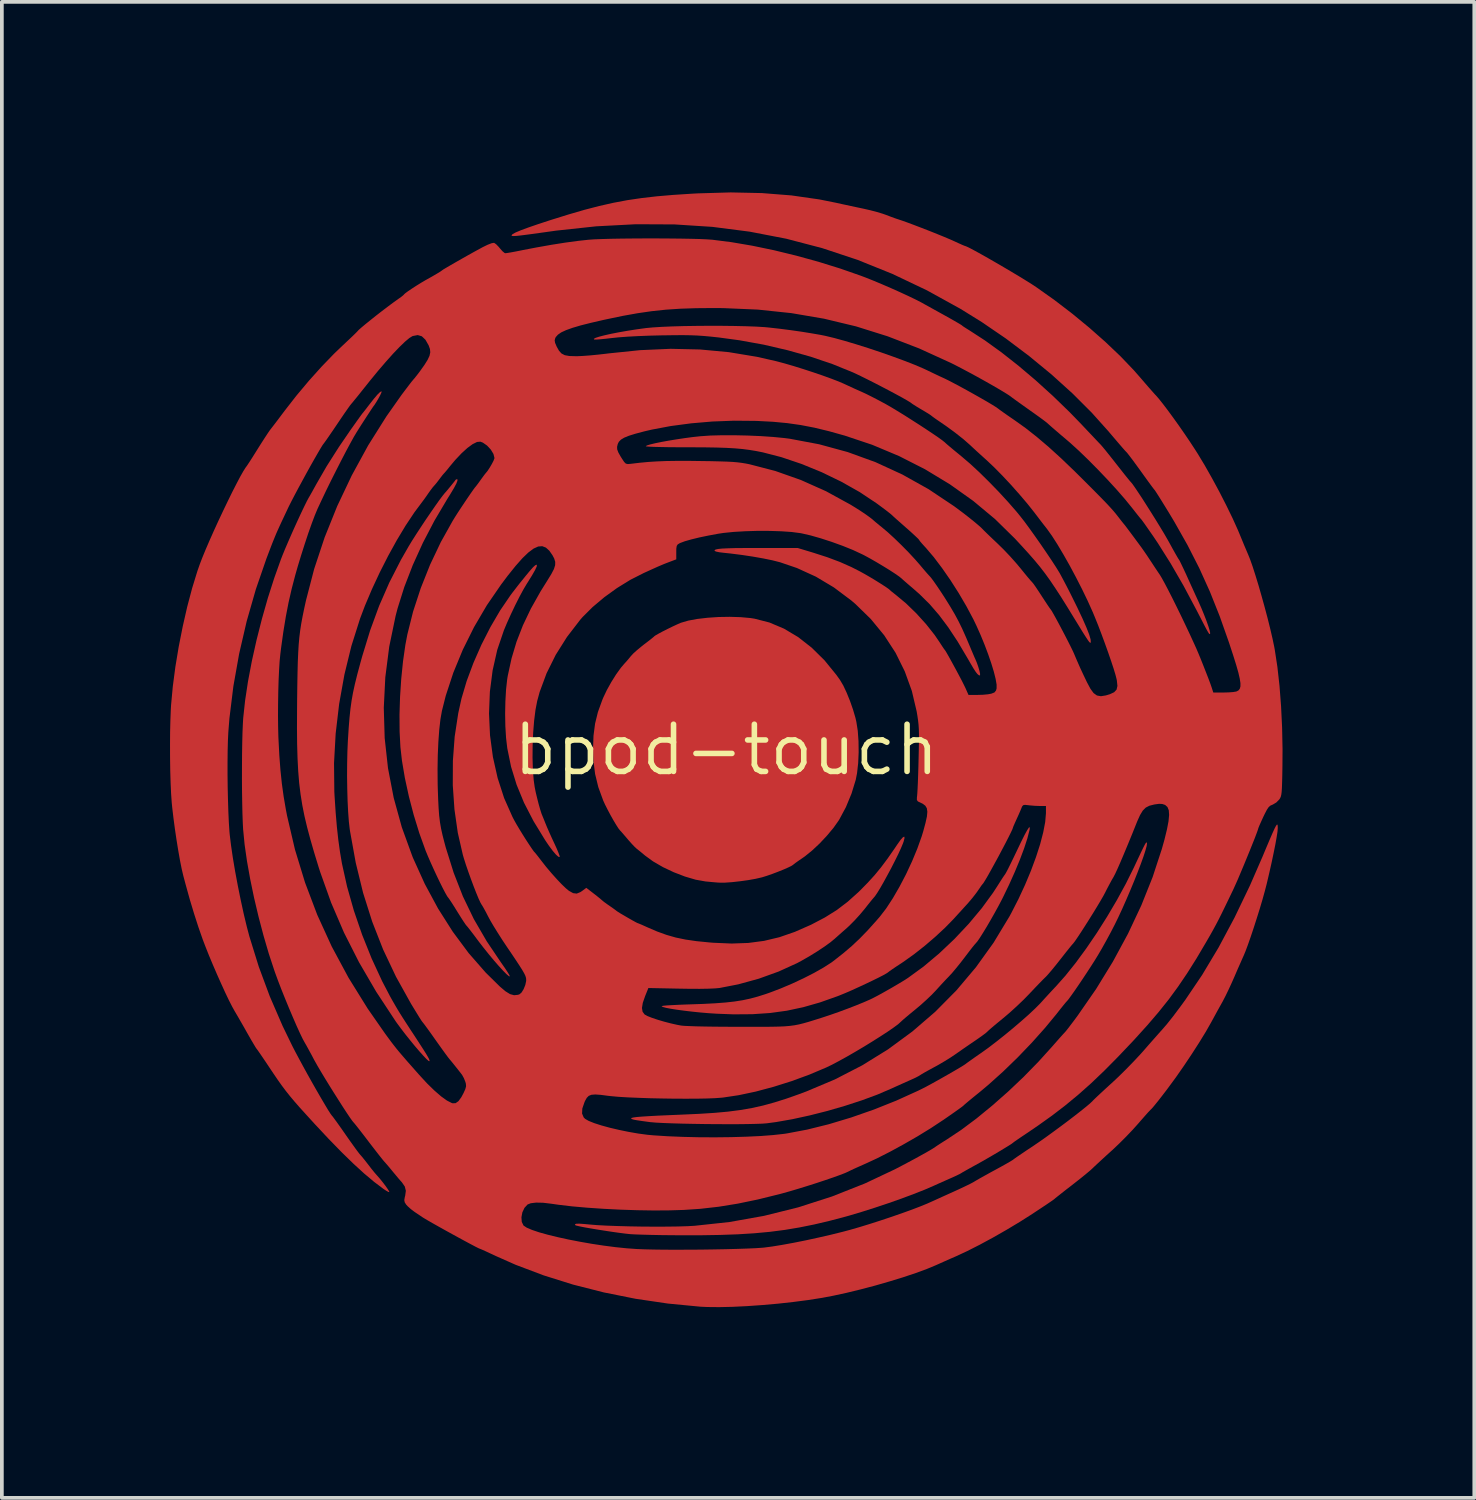
<source format=kicad_pcb>
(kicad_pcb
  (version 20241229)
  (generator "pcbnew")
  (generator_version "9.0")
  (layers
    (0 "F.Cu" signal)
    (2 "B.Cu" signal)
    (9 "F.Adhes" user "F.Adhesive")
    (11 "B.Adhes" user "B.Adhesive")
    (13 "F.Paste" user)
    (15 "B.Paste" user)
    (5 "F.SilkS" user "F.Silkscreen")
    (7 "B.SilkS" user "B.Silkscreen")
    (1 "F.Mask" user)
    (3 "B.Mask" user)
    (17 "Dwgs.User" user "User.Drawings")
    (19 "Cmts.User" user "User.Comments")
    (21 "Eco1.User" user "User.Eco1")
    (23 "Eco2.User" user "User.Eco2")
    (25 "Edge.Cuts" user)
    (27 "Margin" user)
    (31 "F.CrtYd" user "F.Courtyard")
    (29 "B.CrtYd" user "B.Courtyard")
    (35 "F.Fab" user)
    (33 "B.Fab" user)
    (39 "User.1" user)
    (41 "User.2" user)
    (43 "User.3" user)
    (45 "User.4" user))
  (footprint "bpod-touch"
    (layer "F.Cu")
    (at 16.51 17.145)
    (property "Reference" "bpod-touch" (at 0 0 0) (layer "F.SilkS") (effects (font (size 1.27 1.27) (thickness 0.15))))
    (attr board_only exclude_from_pos_files exclude_from_bom)
    (fp_poly (pts (xy 0.386 -3.574) (xy 0.652 -3.55) (xy 0.76 -3.533) (xy 1.162 -3.43) (xy 1.555 -3.264) (xy 1.936 -3.037) (xy 2.3 -2.752) (xy 2.644 -2.413) (xy 2.964 -2.02) (xy 3.064 -1.88) (xy 3.151 -1.733) (xy 3.242 -1.539) (xy 3.332 -1.317) (xy 3.413 -1.085) (xy 3.479 -0.861) (xy 3.503 -0.756) (xy 3.541 -0.513) (xy 3.561 -0.233) (xy 3.565 0.065) (xy 3.552 0.357) (xy 3.522 0.625) (xy 3.487 0.805) (xy 3.373 1.177) (xy 3.222 1.542) (xy 3.045 1.873) (xy 3.027 1.902) (xy 2.888 2.099) (xy 2.711 2.311) (xy 2.514 2.521) (xy 2.311 2.711) (xy 2.12 2.866) (xy 2.07 2.901) (xy 1.959 2.977) (xy 1.87 3.04) (xy 1.816 3.081) (xy 1.807 3.09) (xy 1.763 3.12) (xy 1.671 3.166) (xy 1.544 3.222) (xy 1.395 3.282) (xy 1.24 3.341) (xy 1.09 3.393) (xy 0.961 3.433) (xy 0.953 3.435) (xy 0.788 3.473) (xy 0.586 3.509) (xy 0.368 3.539) (xy 0.153 3.563) (xy -0.036 3.576) (xy -0.162 3.577) (xy -0.25 3.572) (xy -0.379 3.561) (xy -0.525 3.547) (xy -0.559 3.544) (xy -0.823 3.497) (xy -1.115 3.411) (xy -1.416 3.295) (xy -1.708 3.157) (xy -1.973 3.003) (xy -2.186 2.848) (xy -2.283 2.767) (xy -2.368 2.698) (xy -2.416 2.66) (xy -2.467 2.613) (xy -2.545 2.531) (xy -2.636 2.429) (xy -2.661 2.399) (xy -2.746 2.3) (xy -2.814 2.221) (xy -2.856 2.175) (xy -2.862 2.169) (xy -2.901 2.12) (xy -2.962 2.026) (xy -3.037 1.901) (xy -3.117 1.759) (xy -3.195 1.612) (xy -3.264 1.476) (xy -3.315 1.364) (xy -3.447 1.002) (xy -3.533 0.649) (xy -3.579 0.28) (xy -3.589 -0.016) (xy -3.576 -0.38) (xy -3.534 -0.706) (xy -3.457 -1.019) (xy -3.34 -1.342) (xy -3.318 -1.397) (xy -3.219 -1.606) (xy -3.098 -1.824) (xy -2.967 -2.033) (xy -2.838 -2.212) (xy -2.758 -2.306) (xy -2.67 -2.404) (xy -2.584 -2.507) (xy -2.57 -2.525) (xy -2.506 -2.594) (xy -2.405 -2.685) (xy -2.284 -2.785) (xy -2.22 -2.836) (xy -2.107 -2.922) (xy -2.014 -2.995) (xy -1.954 -3.044) (xy -1.939 -3.059) (xy -1.901 -3.086) (xy -1.818 -3.133) (xy -1.704 -3.194) (xy -1.573 -3.26) (xy -1.44 -3.325) (xy -1.319 -3.381) (xy -1.225 -3.422) (xy -1.215 -3.425) (xy -1.023 -3.481) (xy -0.78 -3.526) (xy -0.503 -3.558) (xy -0.206 -3.578) (xy 0.095 -3.583)) (stroke (width 0) (type solid)) (fill yes) (layer "F.Cu"))
    (fp_poly (pts (xy -1.55 -13.772) (xy -1.245 -13.769) (xy -0.966 -13.764) (xy -0.723 -13.758) (xy -0.525 -13.749) (xy -0.382 -13.739) (xy -0.378 -13.739) (xy 0.139 -13.673) (xy 0.697 -13.578) (xy 1.284 -13.456) (xy 1.883 -13.31) (xy 2.482 -13.145) (xy 3.065 -12.964) (xy 3.618 -12.771) (xy 3.748 -12.722) (xy 3.954 -12.64) (xy 4.186 -12.543) (xy 4.431 -12.437) (xy 4.673 -12.329) (xy 4.9 -12.224) (xy 5.096 -12.13) (xy 5.248 -12.052) (xy 5.274 -12.038) (xy 5.336 -12.003) (xy 5.443 -11.944) (xy 5.583 -11.866) (xy 5.744 -11.777) (xy 5.849 -11.719) (xy 6.009 -11.63) (xy 6.148 -11.551) (xy 6.256 -11.488) (xy 6.324 -11.447) (xy 6.342 -11.434) (xy 6.376 -11.407) (xy 6.451 -11.358) (xy 6.543 -11.301) (xy 6.964 -11.028) (xy 7.409 -10.707) (xy 7.869 -10.345) (xy 8.334 -9.951) (xy 8.796 -9.532) (xy 9.245 -9.097) (xy 9.546 -8.787) (xy 9.69 -8.634) (xy 9.825 -8.492) (xy 9.94 -8.37) (xy 10.027 -8.278) (xy 10.08 -8.223) (xy 10.084 -8.219) (xy 10.13 -8.166) (xy 10.208 -8.072) (xy 10.308 -7.947) (xy 10.424 -7.801) (xy 10.51 -7.691) (xy 10.627 -7.543) (xy 10.731 -7.411) (xy 10.816 -7.306) (xy 10.873 -7.236) (xy 10.895 -7.213) (xy 10.935 -7.165) (xy 11.003 -7.069) (xy 11.093 -6.935) (xy 11.201 -6.772) (xy 11.319 -6.587) (xy 11.443 -6.391) (xy 11.567 -6.193) (xy 11.685 -6) (xy 11.792 -5.823) (xy 11.881 -5.669) (xy 11.928 -5.586) (xy 12.012 -5.432) (xy 12.087 -5.298) (xy 12.145 -5.197) (xy 12.181 -5.137) (xy 12.19 -5.126) (xy 12.21 -5.092) (xy 12.251 -5.008) (xy 12.309 -4.887) (xy 12.378 -4.739) (xy 12.411 -4.666) (xy 12.492 -4.487) (xy 12.573 -4.309) (xy 12.645 -4.15) (xy 12.701 -4.029) (xy 12.71 -4.009) (xy 12.79 -3.829) (xy 12.864 -3.649) (xy 12.93 -3.48) (xy 12.982 -3.333) (xy 13.017 -3.218) (xy 13.032 -3.146) (xy 13.029 -3.127) (xy 13.02 -3.12) (xy 13.011 -3.121) (xy 12.996 -3.138) (xy 12.972 -3.176) (xy 12.934 -3.243) (xy 12.88 -3.345) (xy 12.805 -3.491) (xy 12.705 -3.685) (xy 12.665 -3.762) (xy 12.314 -4.421) (xy 11.968 -5.02) (xy 11.624 -5.566) (xy 11.495 -5.758) (xy 11.392 -5.906) (xy 11.302 -6.035) (xy 11.231 -6.135) (xy 11.186 -6.196) (xy 11.174 -6.21) (xy 11.146 -6.242) (xy 11.088 -6.314) (xy 11.007 -6.416) (xy 10.924 -6.522) (xy 10.742 -6.746) (xy 10.522 -6.999) (xy 10.275 -7.269) (xy 10.014 -7.543) (xy 9.75 -7.81) (xy 9.495 -8.056) (xy 9.261 -8.269) (xy 9.164 -8.352) (xy 9.013 -8.48) (xy 8.879 -8.595) (xy 8.769 -8.69) (xy 8.693 -8.757) (xy 8.658 -8.789) (xy 8.622 -8.82) (xy 8.541 -8.882) (xy 8.425 -8.967) (xy 8.284 -9.068) (xy 8.165 -9.152) (xy 8.012 -9.261) (xy 7.876 -9.358) (xy 7.768 -9.436) (xy 7.696 -9.488) (xy 7.673 -9.507) (xy 7.61 -9.552) (xy 7.499 -9.622) (xy 7.349 -9.712) (xy 7.168 -9.817) (xy 6.967 -9.931) (xy 6.755 -10.049) (xy 6.541 -10.165) (xy 6.334 -10.275) (xy 6.145 -10.373) (xy 6.046 -10.422) (xy 5.194 -10.811) (xy 4.345 -11.138) (xy 3.494 -11.405) (xy 2.632 -11.612) (xy 1.753 -11.762) (xy 0.85 -11.857) (xy -0.084 -11.897) (xy -0.345 -11.899) (xy -0.815 -11.895) (xy -1.236 -11.881) (xy -1.627 -11.855) (xy -2.004 -11.815) (xy -2.385 -11.76) (xy -2.787 -11.688) (xy -3.227 -11.596) (xy -3.302 -11.58) (xy -3.64 -11.502) (xy -3.918 -11.432) (xy -4.141 -11.366) (xy -4.314 -11.304) (xy -4.444 -11.244) (xy -4.534 -11.182) (xy -4.591 -11.118) (xy -4.605 -11.092) (xy -4.622 -11.031) (xy -4.61 -10.96) (xy -4.568 -10.861) (xy -4.505 -10.749) (xy -4.437 -10.674) (xy -4.349 -10.629) (xy -4.226 -10.607) (xy -4.056 -10.602) (xy -4.01 -10.602) (xy -3.862 -10.609) (xy -3.671 -10.623) (xy -3.457 -10.644) (xy -3.243 -10.668) (xy -3.172 -10.677) (xy -2.32 -10.765) (xy -1.5 -10.801) (xy -0.707 -10.783) (xy 0.067 -10.711) (xy 0.828 -10.585) (xy 1.347 -10.467) (xy 1.565 -10.409) (xy 1.812 -10.337) (xy 2.075 -10.255) (xy 2.341 -10.168) (xy 2.596 -10.081) (xy 2.828 -9.997) (xy 3.023 -9.922) (xy 3.168 -9.86) (xy 3.169 -9.859) (xy 3.299 -9.799) (xy 3.457 -9.726) (xy 3.613 -9.657) (xy 3.631 -9.649) (xy 3.763 -9.588) (xy 3.931 -9.504) (xy 4.114 -9.409) (xy 4.29 -9.314) (xy 4.298 -9.31) (xy 4.439 -9.229) (xy 4.608 -9.127) (xy 4.797 -9.011) (xy 4.995 -8.885) (xy 5.195 -8.757) (xy 5.386 -8.632) (xy 5.56 -8.516) (xy 5.707 -8.416) (xy 5.818 -8.336) (xy 5.884 -8.283) (xy 5.89 -8.277) (xy 5.935 -8.236) (xy 6.021 -8.163) (xy 6.137 -8.066) (xy 6.274 -7.954) (xy 6.35 -7.891) (xy 6.57 -7.703) (xy 6.816 -7.475) (xy 7.077 -7.218) (xy 7.34 -6.947) (xy 7.592 -6.673) (xy 7.821 -6.41) (xy 7.917 -6.292) (xy 8.026 -6.153) (xy 8.159 -5.972) (xy 8.308 -5.764) (xy 8.464 -5.542) (xy 8.617 -5.318) (xy 8.759 -5.107) (xy 8.88 -4.921) (xy 8.971 -4.773) (xy 8.976 -4.765) (xy 9.022 -4.68) (xy 9.09 -4.553) (xy 9.171 -4.398) (xy 9.256 -4.232) (xy 9.277 -4.19) (xy 9.452 -3.836) (xy 9.593 -3.538) (xy 9.7 -3.294) (xy 9.773 -3.107) (xy 9.812 -2.974) (xy 9.817 -2.9) (xy 9.81 -2.884) (xy 9.797 -2.885) (xy 9.773 -2.908) (xy 9.735 -2.96) (xy 9.678 -3.047) (xy 9.598 -3.173) (xy 9.492 -3.346) (xy 9.391 -3.51) (xy 9.192 -3.835) (xy 9.019 -4.112) (xy 8.864 -4.35) (xy 8.723 -4.56) (xy 8.587 -4.749) (xy 8.45 -4.927) (xy 8.304 -5.103) (xy 8.144 -5.286) (xy 7.962 -5.486) (xy 7.771 -5.692) (xy 7.236 -6.217) (xy 6.65 -6.705) (xy 6.02 -7.153) (xy 5.352 -7.557) (xy 4.652 -7.913) (xy 3.927 -8.217) (xy 3.191 -8.463) (xy 2.762 -8.583) (xy 2.373 -8.677) (xy 2.005 -8.748) (xy 1.64 -8.8) (xy 1.258 -8.836) (xy 0.841 -8.858) (xy 0.772 -8.86) (xy 0.204 -8.865) (xy -0.375 -8.843) (xy -0.946 -8.794) (xy -1.495 -8.721) (xy -2.005 -8.625) (xy -2.211 -8.577) (xy -2.444 -8.515) (xy -2.621 -8.46) (xy -2.749 -8.408) (xy -2.837 -8.355) (xy -2.893 -8.297) (xy -2.923 -8.237) (xy -2.941 -8.161) (xy -2.938 -8.092) (xy -2.908 -8.011) (xy -2.846 -7.901) (xy -2.809 -7.842) (xy -2.751 -7.754) (xy -2.705 -7.709) (xy -2.653 -7.697) (xy -2.579 -7.703) (xy -2.334 -7.732) (xy -2.1 -7.754) (xy -1.862 -7.769) (xy -1.609 -7.779) (xy -1.326 -7.783) (xy -1.001 -7.783) (xy -0.716 -7.779) (xy -0.421 -7.775) (xy -0.182 -7.769) (xy 0.011 -7.763) (xy 0.168 -7.755) (xy 0.298 -7.744) (xy 0.411 -7.73) (xy 0.517 -7.713) (xy 0.624 -7.692) (xy 1.32 -7.511) (xy 2.009 -7.268) (xy 2.687 -6.965) (xy 3.344 -6.605) (xy 3.483 -6.52) (xy 3.627 -6.428) (xy 3.759 -6.339) (xy 3.865 -6.263) (xy 3.927 -6.215) (xy 4.008 -6.144) (xy 4.114 -6.056) (xy 4.19 -5.995) (xy 4.345 -5.865) (xy 4.527 -5.698) (xy 4.721 -5.51) (xy 4.913 -5.315) (xy 5.087 -5.127) (xy 5.203 -4.995) (xy 5.301 -4.878) (xy 5.386 -4.779) (xy 5.448 -4.709) (xy 5.474 -4.682) (xy 5.516 -4.634) (xy 5.585 -4.541) (xy 5.673 -4.415) (xy 5.773 -4.266) (xy 5.877 -4.107) (xy 5.977 -3.947) (xy 6.037 -3.85) (xy 6.154 -3.651) (xy 6.256 -3.461) (xy 6.353 -3.263) (xy 6.455 -3.035) (xy 6.537 -2.842) (xy 6.596 -2.701) (xy 6.649 -2.576) (xy 6.688 -2.485) (xy 6.705 -2.448) (xy 6.748 -2.346) (xy 6.787 -2.234) (xy 6.818 -2.129) (xy 6.835 -2.048) (xy 6.834 -2.007) (xy 6.831 -2.004) (xy 6.8 -2.012) (xy 6.764 -2.042) (xy 6.718 -2.1) (xy 6.657 -2.194) (xy 6.575 -2.333) (xy 6.489 -2.482) (xy 6.231 -2.917) (xy 5.98 -3.297) (xy 5.731 -3.63) (xy 5.476 -3.925) (xy 5.208 -4.19) (xy 5.04 -4.338) (xy 4.924 -4.437) (xy 4.824 -4.523) (xy 4.752 -4.587) (xy 4.725 -4.612) (xy 4.658 -4.667) (xy 4.544 -4.746) (xy 4.398 -4.841) (xy 4.229 -4.945) (xy 4.052 -5.051) (xy 3.876 -5.152) (xy 3.716 -5.239) (xy 3.654 -5.27) (xy 3.413 -5.382) (xy 3.136 -5.494) (xy 2.84 -5.601) (xy 2.545 -5.697) (xy 2.268 -5.776) (xy 2.028 -5.831) (xy 1.988 -5.838) (xy 1.757 -5.868) (xy 1.478 -5.887) (xy 1.166 -5.897) (xy 0.839 -5.898) (xy 0.512 -5.888) (xy 0.202 -5.87) (xy -0.075 -5.842) (xy -0.214 -5.821) (xy -0.479 -5.772) (xy -0.725 -5.721) (xy -0.941 -5.668) (xy -1.117 -5.618) (xy -1.24 -5.572) (xy -1.257 -5.564) (xy -1.308 -5.533) (xy -1.335 -5.491) (xy -1.346 -5.42) (xy -1.347 -5.325) (xy -1.347 -5.131) (xy -1.532 -5.061) (xy -1.667 -5.009) (xy -1.805 -4.951) (xy -1.869 -4.923) (xy -1.984 -4.871) (xy -2.123 -4.808) (xy -2.224 -4.762) (xy -2.581 -4.581) (xy -2.94 -4.36) (xy -3.285 -4.111) (xy -3.6 -3.846) (xy -3.87 -3.577) (xy -3.932 -3.506) (xy -4.29 -3.041) (xy -4.594 -2.558) (xy -4.84 -2.062) (xy -5.026 -1.56) (xy -5.093 -1.314) (xy -5.139 -1.074) (xy -5.175 -0.785) (xy -5.201 -0.464) (xy -5.215 -0.128) (xy -5.218 0.208) (xy -5.209 0.527) (xy -5.187 0.812) (xy -5.16 1.002) (xy -5.133 1.138) (xy -5.095 1.296) (xy -5.054 1.458) (xy -5.012 1.605) (xy -4.977 1.716) (xy -4.96 1.758) (xy -4.932 1.826) (xy -4.891 1.927) (xy -4.867 1.988) (xy -4.827 2.085) (xy -4.767 2.222) (xy -4.696 2.379) (xy -4.635 2.51) (xy -4.571 2.649) (xy -4.522 2.766) (xy -4.491 2.849) (xy -4.484 2.885) (xy -4.484 2.885) (xy -4.522 2.879) (xy -4.587 2.821) (xy -4.676 2.717) (xy -4.785 2.57) (xy -4.878 2.432) (xy -5.191 1.92) (xy -5.447 1.425) (xy -5.647 0.939) (xy -5.796 0.455) (xy -5.897 -0.037) (xy -5.899 -0.049) (xy -5.931 -0.323) (xy -5.95 -0.637) (xy -5.956 -0.972) (xy -5.949 -1.308) (xy -5.931 -1.625) (xy -5.9 -1.905) (xy -5.884 -2) (xy -5.783 -2.464) (xy -5.649 -2.912) (xy -5.477 -3.354) (xy -5.263 -3.803) (xy -5.001 -4.269) (xy -4.815 -4.567) (xy -4.71 -4.738) (xy -4.642 -4.869) (xy -4.609 -4.973) (xy -4.607 -5.064) (xy -4.635 -5.155) (xy -4.681 -5.242) (xy -4.767 -5.365) (xy -4.858 -5.447) (xy -4.956 -5.485) (xy -5.066 -5.477) (xy -5.189 -5.421) (xy -5.33 -5.316) (xy -5.491 -5.161) (xy -5.675 -4.953) (xy -5.886 -4.69) (xy -6.065 -4.452) (xy -6.448 -3.895) (xy -6.794 -3.305) (xy -7.097 -2.695) (xy -7.352 -2.076) (xy -7.555 -1.459) (xy -7.658 -1.051) (xy -7.698 -0.826) (xy -7.73 -0.545) (xy -7.754 -0.22) (xy -7.77 0.139) (xy -7.776 0.521) (xy -7.773 0.916) (xy -7.77 1.035) (xy -7.76 1.325) (xy -7.748 1.565) (xy -7.733 1.767) (xy -7.711 1.948) (xy -7.681 2.121) (xy -7.641 2.301) (xy -7.589 2.503) (xy -7.555 2.629) (xy -7.342 3.309) (xy -7.093 3.947) (xy -6.799 4.557) (xy -6.453 5.153) (xy -6.062 5.734) (xy -5.97 5.865) (xy -5.896 5.977) (xy -5.846 6.058) (xy -5.828 6.1) (xy -5.829 6.102) (xy -5.861 6.091) (xy -5.926 6.034) (xy -6.019 5.939) (xy -6.134 5.813) (xy -6.263 5.665) (xy -6.401 5.499) (xy -6.541 5.324) (xy -6.677 5.148) (xy -6.715 5.097) (xy -6.813 4.966) (xy -6.898 4.855) (xy -6.962 4.774) (xy -6.996 4.734) (xy -6.999 4.732) (xy -7.024 4.699) (xy -7.077 4.621) (xy -7.149 4.509) (xy -7.233 4.375) (xy -7.246 4.354) (xy -7.331 4.217) (xy -7.405 4.101) (xy -7.461 4.018) (xy -7.491 3.977) (xy -7.493 3.976) (xy -7.521 3.936) (xy -7.571 3.847) (xy -7.638 3.719) (xy -7.716 3.562) (xy -7.8 3.387) (xy -7.885 3.204) (xy -7.966 3.024) (xy -8.038 2.858) (xy -8.097 2.716) (xy -8.1 2.707) (xy -8.267 2.243) (xy -8.418 1.752) (xy -8.549 1.251) (xy -8.656 0.758) (xy -8.735 0.289) (xy -8.776 -0.074) (xy -8.798 -0.489) (xy -8.801 -0.946) (xy -8.786 -1.427) (xy -8.754 -1.913) (xy -8.706 -2.385) (xy -8.643 -2.825) (xy -8.59 -3.105) (xy -8.435 -3.724) (xy -8.228 -4.357) (xy -7.977 -4.987) (xy -7.688 -5.596) (xy -7.369 -6.167) (xy -7.302 -6.276) (xy -7.234 -6.383) (xy -7.15 -6.511) (xy -7.059 -6.648) (xy -6.968 -6.783) (xy -6.886 -6.903) (xy -6.82 -6.997) (xy -6.779 -7.054) (xy -6.77 -7.065) (xy -6.742 -7.098) (xy -6.688 -7.169) (xy -6.621 -7.262) (xy -6.553 -7.356) (xy -6.5 -7.427) (xy -6.473 -7.459) (xy -6.429 -7.513) (xy -6.372 -7.6) (xy -6.314 -7.699) (xy -6.267 -7.79) (xy -6.244 -7.853) (xy -6.243 -7.861) (xy -6.271 -7.97) (xy -6.342 -8.087) (xy -6.442 -8.195) (xy -6.555 -8.274) (xy -6.623 -8.3) (xy -6.713 -8.292) (xy -6.832 -8.233) (xy -6.974 -8.129) (xy -7.132 -7.985) (xy -7.301 -7.806) (xy -7.445 -7.634) (xy -7.517 -7.544) (xy -7.577 -7.473) (xy -7.605 -7.443) (xy -7.644 -7.398) (xy -7.703 -7.321) (xy -7.735 -7.278) (xy -7.799 -7.194) (xy -7.852 -7.131) (xy -7.868 -7.114) (xy -7.906 -7.07) (xy -7.966 -6.991) (xy -8.018 -6.918) (xy -8.085 -6.821) (xy -8.143 -6.74) (xy -8.17 -6.704) (xy -8.397 -6.4) (xy -8.634 -6.044) (xy -8.873 -5.647) (xy -9.108 -5.221) (xy -9.334 -4.776) (xy -9.544 -4.325) (xy -9.733 -3.879) (xy -9.864 -3.532) (xy -10.096 -2.799) (xy -10.284 -2.03) (xy -10.426 -1.238) (xy -10.52 -0.439) (xy -10.564 0.354) (xy -10.556 1.126) (xy -10.549 1.253) (xy -10.52 1.69) (xy -10.487 2.076) (xy -10.449 2.423) (xy -10.404 2.747) (xy -10.351 3.06) (xy -10.213 3.682) (xy -10.03 4.328) (xy -9.807 4.98) (xy -9.55 5.621) (xy -9.266 6.235) (xy -9.055 6.638) (xy -8.984 6.765) (xy -8.92 6.876) (xy -8.858 6.982) (xy -8.791 7.092) (xy -8.711 7.219) (xy -8.612 7.372) (xy -8.488 7.563) (xy -8.394 7.705) (xy -8.259 7.913) (xy -8.156 8.072) (xy -8.082 8.19) (xy -8.033 8.274) (xy -8.004 8.33) (xy -7.992 8.365) (xy -7.992 8.385) (xy -8.017 8.378) (xy -8.075 8.326) (xy -8.16 8.237) (xy -8.265 8.119) (xy -8.385 7.979) (xy -8.511 7.825) (xy -8.639 7.665) (xy -8.761 7.506) (xy -8.871 7.357) (xy -8.905 7.309) (xy -9.429 6.513) (xy -9.891 5.72) (xy -10.295 4.923) (xy -10.642 4.116) (xy -10.936 3.292) (xy -10.979 3.158) (xy -11.098 2.769) (xy -11.2 2.416) (xy -11.287 2.091) (xy -11.36 1.784) (xy -11.419 1.488) (xy -11.466 1.192) (xy -11.503 0.889) (xy -11.529 0.569) (xy -11.547 0.223) (xy -11.558 -0.156) (xy -11.562 -0.579) (xy -11.56 -1.053) (xy -11.558 -1.347) (xy -11.553 -1.74) (xy -11.547 -2.075) (xy -11.54 -2.363) (xy -11.529 -2.613) (xy -11.516 -2.833) (xy -11.498 -3.033) (xy -11.475 -3.221) (xy -11.446 -3.407) (xy -11.41 -3.599) (xy -11.367 -3.808) (xy -11.319 -4.026) (xy -11.099 -4.872) (xy -10.818 -5.72) (xy -10.479 -6.563) (xy -10.086 -7.392) (xy -9.644 -8.201) (xy -9.154 -8.98) (xy -8.744 -9.562) (xy -8.64 -9.7) (xy -8.549 -9.82) (xy -8.478 -9.912) (xy -8.434 -9.965) (xy -8.427 -9.973) (xy -8.391 -10.015) (xy -8.329 -10.093) (xy -8.258 -10.186) (xy -8.131 -10.364) (xy -8.044 -10.503) (xy -7.992 -10.614) (xy -7.972 -10.709) (xy -7.981 -10.796) (xy -8.014 -10.889) (xy -8.014 -10.89) (xy -8.102 -11.045) (xy -8.199 -11.138) (xy -8.31 -11.171) (xy -8.441 -11.146) (xy -8.451 -11.143) (xy -8.536 -11.091) (xy -8.654 -10.992) (xy -8.803 -10.848) (xy -8.976 -10.667) (xy -9.169 -10.451) (xy -9.379 -10.206) (xy -9.599 -9.938) (xy -9.676 -9.841) (xy -9.801 -9.685) (xy -9.913 -9.544) (xy -10.007 -9.429) (xy -10.074 -9.347) (xy -10.108 -9.308) (xy -10.108 -9.307) (xy -10.139 -9.268) (xy -10.199 -9.183) (xy -10.283 -9.063) (xy -10.383 -8.916) (xy -10.485 -8.765) (xy -10.593 -8.605) (xy -10.69 -8.464) (xy -10.767 -8.352) (xy -10.821 -8.277) (xy -10.843 -8.248) (xy -10.872 -8.209) (xy -10.926 -8.121) (xy -11.001 -7.993) (xy -11.093 -7.833) (xy -11.196 -7.651) (xy -11.305 -7.454) (xy -11.415 -7.252) (xy -11.523 -7.053) (xy -11.622 -6.867) (xy -11.708 -6.702) (xy -11.776 -6.567) (xy -11.798 -6.522) (xy -11.905 -6.294) (xy -11.991 -6.112) (xy -12.06 -5.961) (xy -12.119 -5.829) (xy -12.172 -5.7) (xy -12.228 -5.562) (xy -12.29 -5.4) (xy -12.366 -5.2) (xy -12.382 -5.159) (xy -12.669 -4.327) (xy -12.916 -3.466) (xy -13.119 -2.59) (xy -13.275 -1.713) (xy -13.381 -0.851) (xy -13.411 -0.476) (xy -13.422 -0.25) (xy -13.429 0.026) (xy -13.432 0.338) (xy -13.432 0.672) (xy -13.428 1.014) (xy -13.42 1.351) (xy -13.41 1.669) (xy -13.397 1.955) (xy -13.381 2.195) (xy -13.373 2.284) (xy -13.338 2.572) (xy -13.289 2.907) (xy -13.227 3.275) (xy -13.155 3.66) (xy -13.077 4.045) (xy -12.996 4.417) (xy -12.914 4.759) (xy -12.843 5.027) (xy -12.59 5.842) (xy -12.294 6.639) (xy -11.95 7.434) (xy -11.691 7.968) (xy -11.605 8.135) (xy -11.503 8.326) (xy -11.39 8.535) (xy -11.27 8.753) (xy -11.147 8.972) (xy -11.027 9.183) (xy -10.913 9.38) (xy -10.811 9.553) (xy -10.726 9.695) (xy -10.661 9.797) (xy -10.621 9.852) (xy -10.615 9.858) (xy -10.59 9.889) (xy -10.534 9.965) (xy -10.453 10.077) (xy -10.354 10.217) (xy -10.253 10.362) (xy -10.14 10.523) (xy -10.037 10.667) (xy -9.951 10.786) (xy -9.888 10.869) (xy -9.858 10.905) (xy -9.813 10.956) (xy -9.742 11.043) (xy -9.66 11.148) (xy -9.646 11.166) (xy -9.559 11.279) (xy -9.475 11.383) (xy -9.411 11.457) (xy -9.406 11.462) (xy -9.332 11.546) (xy -9.252 11.645) (xy -9.176 11.745) (xy -9.116 11.831) (xy -9.079 11.892) (xy -9.075 11.911) (xy -9.107 11.902) (xy -9.175 11.863) (xy -9.239 11.82) (xy -9.485 11.634) (xy -9.752 11.41) (xy -10.043 11.144) (xy -10.361 10.834) (xy -10.71 10.476) (xy -11.086 10.074) (xy -11.3 9.839) (xy -11.478 9.643) (xy -11.626 9.474) (xy -11.752 9.324) (xy -11.865 9.182) (xy -11.972 9.039) (xy -12.082 8.884) (xy -12.201 8.709) (xy -12.29 8.576) (xy -12.398 8.414) (xy -12.494 8.272) (xy -12.572 8.158) (xy -12.626 8.081) (xy -12.65 8.05) (xy -12.673 8.017) (xy -12.721 7.937) (xy -12.79 7.821) (xy -12.871 7.679) (xy -12.912 7.607) (xy -13.005 7.442) (xy -13.096 7.284) (xy -13.174 7.149) (xy -13.231 7.052) (xy -13.243 7.032) (xy -13.31 6.911) (xy -13.397 6.74) (xy -13.497 6.531) (xy -13.605 6.294) (xy -13.718 6.041) (xy -13.829 5.783) (xy -13.934 5.532) (xy -14.027 5.298) (xy -14.099 5.11) (xy -14.217 4.772) (xy -14.331 4.419) (xy -14.446 4.038) (xy -14.564 3.613) (xy -14.625 3.384) (xy -14.667 3.205) (xy -14.713 2.975) (xy -14.76 2.708) (xy -14.807 2.418) (xy -14.851 2.119) (xy -14.89 1.825) (xy -14.922 1.552) (xy -14.935 1.421) (xy -14.952 1.182) (xy -14.965 0.893) (xy -14.975 0.567) (xy -14.98 0.22) (xy -14.981 -0.134) (xy -14.979 -0.479) (xy -14.971 -0.802) (xy -14.96 -1.087) (xy -14.952 -1.216) (xy -14.906 -1.71) (xy -14.837 -2.236) (xy -14.747 -2.778) (xy -14.639 -3.323) (xy -14.518 -3.854) (xy -14.385 -4.356) (xy -14.244 -4.815) (xy -14.181 -4.995) (xy -14.112 -5.175) (xy -14.024 -5.39) (xy -13.92 -5.631) (xy -13.805 -5.89) (xy -13.682 -6.159) (xy -13.555 -6.429) (xy -13.429 -6.691) (xy -13.308 -6.938) (xy -13.194 -7.161) (xy -13.094 -7.352) (xy -13.009 -7.502) (xy -12.946 -7.602) (xy -12.93 -7.623) (xy -12.899 -7.667) (xy -12.84 -7.756) (xy -12.761 -7.879) (xy -12.669 -8.026) (xy -12.612 -8.117) (xy -12.513 -8.274) (xy -12.422 -8.415) (xy -12.347 -8.529) (xy -12.295 -8.605) (xy -12.279 -8.626) (xy -12.242 -8.674) (xy -12.173 -8.763) (xy -12.08 -8.885) (xy -11.972 -9.029) (xy -11.887 -9.142) (xy -11.575 -9.542) (xy -11.241 -9.94) (xy -10.899 -10.321) (xy -10.563 -10.669) (xy -10.347 -10.876) (xy -10.212 -11.003) (xy -10.094 -11.114) (xy -10.003 -11.202) (xy -9.945 -11.26) (xy -9.929 -11.278) (xy -9.897 -11.312) (xy -9.822 -11.378) (xy -9.713 -11.469) (xy -9.579 -11.577) (xy -9.43 -11.696) (xy -9.274 -11.817) (xy -9.121 -11.933) (xy -8.981 -12.038) (xy -8.862 -12.123) (xy -8.823 -12.151) (xy -8.743 -12.208) (xy -8.69 -12.253) (xy -8.68 -12.266) (xy -8.647 -12.296) (xy -8.571 -12.352) (xy -8.466 -12.423) (xy -8.344 -12.502) (xy -8.218 -12.58) (xy -8.103 -12.648) (xy -8.083 -12.659) (xy -7.924 -12.748) (xy -7.794 -12.824) (xy -7.702 -12.88) (xy -7.657 -12.912) (xy -7.656 -12.913) (xy -7.622 -12.937) (xy -7.54 -12.986) (xy -7.422 -13.055) (xy -7.278 -13.138) (xy -7.118 -13.229) (xy -6.952 -13.323) (xy -6.792 -13.412) (xy -6.647 -13.491) (xy -6.563 -13.537) (xy -6.428 -13.603) (xy -6.322 -13.644) (xy -6.256 -13.655) (xy -6.25 -13.653) (xy -6.198 -13.617) (xy -6.129 -13.546) (xy -6.095 -13.505) (xy -6.029 -13.43) (xy -5.972 -13.383) (xy -5.952 -13.375) (xy -5.903 -13.381) (xy -5.805 -13.397) (xy -5.67 -13.422) (xy -5.514 -13.453) (xy -5.507 -13.455) (xy -5.105 -13.532) (xy -4.71 -13.602) (xy -4.336 -13.661) (xy -3.997 -13.707) (xy -3.713 -13.738) (xy -3.562 -13.749) (xy -3.357 -13.757) (xy -3.108 -13.764) (xy -2.825 -13.769) (xy -2.517 -13.772) (xy -2.196 -13.774) (xy -1.87 -13.774)) (stroke (width 0) (type solid)) (fill yes) (layer "F.Cu"))
    (fp_poly (pts (xy 0.96 -14.995) (xy 1.756 -14.932) (xy 2.507 -14.824) (xy 2.941 -14.737) (xy 3.132 -14.695) (xy 3.354 -14.647) (xy 3.574 -14.6) (xy 3.698 -14.574) (xy 3.877 -14.533) (xy 4.056 -14.486) (xy 4.212 -14.439) (xy 4.306 -14.406) (xy 4.434 -14.357) (xy 4.555 -14.313) (xy 4.633 -14.287) (xy 4.733 -14.254) (xy 4.881 -14.201) (xy 5.063 -14.133) (xy 5.267 -14.055) (xy 5.478 -13.973) (xy 5.685 -13.89) (xy 5.874 -13.813) (xy 6.032 -13.746) (xy 6.138 -13.699) (xy 6.26 -13.643) (xy 6.358 -13.599) (xy 6.419 -13.574) (xy 6.43 -13.571) (xy 6.475 -13.554) (xy 6.568 -13.509) (xy 6.701 -13.438) (xy 6.866 -13.347) (xy 7.054 -13.241) (xy 7.257 -13.124) (xy 7.468 -13.001) (xy 7.678 -12.877) (xy 7.879 -12.757) (xy 8.063 -12.644) (xy 8.222 -12.545) (xy 8.347 -12.462) (xy 8.352 -12.459) (xy 8.837 -12.115) (xy 9.315 -11.749) (xy 9.778 -11.368) (xy 10.215 -10.982) (xy 10.617 -10.599) (xy 10.973 -10.227) (xy 11.139 -10.038) (xy 11.263 -9.894) (xy 11.379 -9.76) (xy 11.478 -9.648) (xy 11.549 -9.568) (xy 11.571 -9.546) (xy 11.651 -9.454) (xy 11.759 -9.318) (xy 11.89 -9.146) (xy 12.035 -8.948) (xy 12.188 -8.734) (xy 12.341 -8.514) (xy 12.488 -8.297) (xy 12.621 -8.094) (xy 12.69 -7.986) (xy 12.883 -7.667) (xy 13.081 -7.317) (xy 13.279 -6.951) (xy 13.466 -6.585) (xy 13.636 -6.236) (xy 13.779 -5.919) (xy 13.822 -5.816) (xy 13.891 -5.649) (xy 13.954 -5.496) (xy 14.007 -5.372) (xy 14.042 -5.289) (xy 14.049 -5.274) (xy 14.106 -5.133) (xy 14.175 -4.938) (xy 14.251 -4.701) (xy 14.333 -4.433) (xy 14.416 -4.144) (xy 14.499 -3.845) (xy 14.578 -3.548) (xy 14.649 -3.262) (xy 14.71 -3) (xy 14.758 -2.771) (xy 14.772 -2.694) (xy 14.842 -2.235) (xy 14.899 -1.724) (xy 14.941 -1.176) (xy 14.969 -0.603) (xy 14.981 -0.02) (xy 14.978 0.437) (xy 14.974 0.688) (xy 14.969 0.881) (xy 14.964 1.026) (xy 14.957 1.132) (xy 14.947 1.207) (xy 14.934 1.26) (xy 14.917 1.299) (xy 14.894 1.335) (xy 14.891 1.338) (xy 14.812 1.418) (xy 14.717 1.474) (xy 14.709 1.477) (xy 14.653 1.502) (xy 14.607 1.542) (xy 14.56 1.612) (xy 14.502 1.723) (xy 14.463 1.804) (xy 14.405 1.931) (xy 14.359 2.034) (xy 14.332 2.1) (xy 14.327 2.117) (xy 14.314 2.16) (xy 14.28 2.254) (xy 14.229 2.388) (xy 14.163 2.553) (xy 14.088 2.74) (xy 14.007 2.937) (xy 13.925 3.136) (xy 13.845 3.326) (xy 13.772 3.499) (xy 13.708 3.642) (xy 13.661 3.746) (xy 13.532 4.015) (xy 13.425 4.236) (xy 13.336 4.418) (xy 13.258 4.573) (xy 13.186 4.711) (xy 13.114 4.843) (xy 13.038 4.979) (xy 12.951 5.13) (xy 12.922 5.18) (xy 12.66 5.623) (xy 12.411 6.018) (xy 12.165 6.381) (xy 11.912 6.726) (xy 11.64 7.066) (xy 11.339 7.417) (xy 10.999 7.793) (xy 10.946 7.85) (xy 10.549 8.268) (xy 10.18 8.641) (xy 9.828 8.977) (xy 9.483 9.284) (xy 9.136 9.571) (xy 8.777 9.847) (xy 8.396 10.119) (xy 8.067 10.343) (xy 7.938 10.429) (xy 7.83 10.503) (xy 7.754 10.556) (xy 7.722 10.581) (xy 7.685 10.609) (xy 7.601 10.663) (xy 7.481 10.736) (xy 7.336 10.824) (xy 7.175 10.919) (xy 7.009 11.015) (xy 6.848 11.107) (xy 6.704 11.187) (xy 6.687 11.196) (xy 6.553 11.27) (xy 6.439 11.334) (xy 6.358 11.38) (xy 6.325 11.401) (xy 6.282 11.425) (xy 6.194 11.468) (xy 6.078 11.521) (xy 6.03 11.542) (xy 5.881 11.608) (xy 5.728 11.676) (xy 5.602 11.733) (xy 5.586 11.74) (xy 5.343 11.845) (xy 5.049 11.961) (xy 4.72 12.084) (xy 4.368 12.208) (xy 4.006 12.329) (xy 3.65 12.442) (xy 3.312 12.543) (xy 3.204 12.573) (xy 2.775 12.686) (xy 2.367 12.782) (xy 1.971 12.862) (xy 1.577 12.928) (xy 1.175 12.98) (xy 0.755 13.019) (xy 0.308 13.047) (xy -0.176 13.064) (xy -0.708 13.073) (xy -1.216 13.073) (xy -1.492 13.071) (xy -1.762 13.068) (xy -2.015 13.063) (xy -2.24 13.057) (xy -2.426 13.051) (xy -2.561 13.044) (xy -2.599 13.041) (xy -2.728 13.027) (xy -2.89 13.006) (xy -3.076 12.98) (xy -3.272 12.95) (xy -3.469 12.919) (xy -3.655 12.888) (xy -3.819 12.859) (xy -3.95 12.833) (xy -4.036 12.813) (xy -4.065 12.802) (xy -4.077 12.777) (xy -4.045 12.763) (xy -3.964 12.76) (xy -3.829 12.769) (xy -3.692 12.782) (xy -3.486 12.799) (xy -3.228 12.813) (xy -2.93 12.824) (xy -2.605 12.833) (xy -2.268 12.839) (xy -1.929 12.841) (xy -1.604 12.84) (xy -1.304 12.836) (xy -1.044 12.828) (xy -0.851 12.817) (xy 0.085 12.716) (xy 1.015 12.55) (xy 1.936 12.321) (xy 2.844 12.029) (xy 3.734 11.677) (xy 4.535 11.299) (xy 4.716 11.205) (xy 4.906 11.104) (xy 5.094 11.003) (xy 5.27 10.906) (xy 5.423 10.82) (xy 5.542 10.75) (xy 5.619 10.702) (xy 5.635 10.689) (xy 5.676 10.661) (xy 5.759 10.607) (xy 5.869 10.537) (xy 5.93 10.499) (xy 6.321 10.239) (xy 6.734 9.931) (xy 7.159 9.583) (xy 7.588 9.205) (xy 8.01 8.805) (xy 8.414 8.391) (xy 8.781 7.985) (xy 8.893 7.857) (xy 8.992 7.745) (xy 9.068 7.66) (xy 9.113 7.612) (xy 9.118 7.607) (xy 9.15 7.57) (xy 9.213 7.49) (xy 9.299 7.377) (xy 9.402 7.24) (xy 9.466 7.153) (xy 9.96 6.44) (xy 10.412 5.703) (xy 10.82 4.949) (xy 11.178 4.187) (xy 11.483 3.424) (xy 11.73 2.67) (xy 11.801 2.417) (xy 11.868 2.142) (xy 11.91 1.923) (xy 11.926 1.753) (xy 11.917 1.627) (xy 11.882 1.54) (xy 11.822 1.486) (xy 11.815 1.482) (xy 11.743 1.458) (xy 11.659 1.453) (xy 11.54 1.469) (xy 11.519 1.473) (xy 11.394 1.505) (xy 11.297 1.555) (xy 11.217 1.635) (xy 11.144 1.755) (xy 11.067 1.926) (xy 11.053 1.961) (xy 10.93 2.268) (xy 10.813 2.553) (xy 10.706 2.809) (xy 10.612 3.031) (xy 10.533 3.21) (xy 10.472 3.341) (xy 10.432 3.418) (xy 10.431 3.42) (xy 10.384 3.5) (xy 10.319 3.62) (xy 10.245 3.76) (xy 10.203 3.844) (xy 10.151 3.941) (xy 10.075 4.072) (xy 9.981 4.229) (xy 9.876 4.401) (xy 9.765 4.578) (xy 9.655 4.752) (xy 9.552 4.912) (xy 9.461 5.049) (xy 9.39 5.153) (xy 9.343 5.214) (xy 9.333 5.225) (xy 9.306 5.255) (xy 9.246 5.328) (xy 9.161 5.434) (xy 9.059 5.564) (xy 9.003 5.635) (xy 8.887 5.782) (xy 8.775 5.919) (xy 8.679 6.032) (xy 8.608 6.11) (xy 8.589 6.128) (xy 8.527 6.189) (xy 8.433 6.285) (xy 8.317 6.406) (xy 8.192 6.538) (xy 8.164 6.568) (xy 8.011 6.725) (xy 7.827 6.901) (xy 7.638 7.073) (xy 7.464 7.221) (xy 7.463 7.221) (xy 7.325 7.335) (xy 7.202 7.437) (xy 7.105 7.52) (xy 7.044 7.575) (xy 7.032 7.588) (xy 6.984 7.63) (xy 6.895 7.696) (xy 6.782 7.776) (xy 6.72 7.819) (xy 6.564 7.925) (xy 6.388 8.046) (xy 6.225 8.16) (xy 6.194 8.182) (xy 6.046 8.282) (xy 5.867 8.393) (xy 5.687 8.498) (xy 5.602 8.544) (xy 5.466 8.618) (xy 5.347 8.684) (xy 5.261 8.734) (xy 5.225 8.758) (xy 5.172 8.79) (xy 5.077 8.838) (xy 4.959 8.892) (xy 4.929 8.905) (xy 4.77 8.976) (xy 4.594 9.055) (xy 4.449 9.121) (xy 4.077 9.281) (xy 3.656 9.437) (xy 3.199 9.586) (xy 2.724 9.724) (xy 2.246 9.845) (xy 1.779 9.947) (xy 1.34 10.024) (xy 1.085 10.058) (xy 0.963 10.067) (xy 0.785 10.073) (xy 0.561 10.078) (xy 0.3 10.081) (xy 0.014 10.081) (xy -0.288 10.08) (xy -0.597 10.077) (xy -0.903 10.072) (xy -1.195 10.066) (xy -1.464 10.058) (xy -1.699 10.049) (xy -1.892 10.039) (xy -2.032 10.027) (xy -2.054 10.025) (xy -2.253 9.998) (xy -2.396 9.977) (xy -2.489 9.96) (xy -2.542 9.944) (xy -2.562 9.928) (xy -2.563 9.923) (xy -2.546 9.911) (xy -2.493 9.899) (xy -2.4 9.887) (xy -2.261 9.876) (xy -2.074 9.864) (xy -1.834 9.851) (xy -1.536 9.838) (xy -1.183 9.823) (xy -0.723 9.802) (xy -0.317 9.776) (xy 0.046 9.743) (xy 0.377 9.7) (xy 0.688 9.646) (xy 0.99 9.579) (xy 1.295 9.495) (xy 1.613 9.395) (xy 1.956 9.274) (xy 2.157 9.199) (xy 2.926 8.875) (xy 3.659 8.497) (xy 4.356 8.066) (xy 5.012 7.584) (xy 5.627 7.054) (xy 6.198 6.477) (xy 6.723 5.855) (xy 7.2 5.191) (xy 7.626 4.486) (xy 7.677 4.392) (xy 7.869 4.017) (xy 8.046 3.635) (xy 8.204 3.257) (xy 8.34 2.89) (xy 8.452 2.543) (xy 8.535 2.224) (xy 8.589 1.943) (xy 8.609 1.707) (xy 8.609 1.694) (xy 8.609 1.512) (xy 8.449 1.512) (xy 8.313 1.507) (xy 8.171 1.495) (xy 8.138 1.491) (xy 8.044 1.481) (xy 7.994 1.491) (xy 7.965 1.528) (xy 7.951 1.563) (xy 7.919 1.641) (xy 7.87 1.753) (xy 7.819 1.865) (xy 7.771 1.971) (xy 7.736 2.051) (xy 7.722 2.089) (xy 7.722 2.09) (xy 7.707 2.134) (xy 7.664 2.226) (xy 7.6 2.355) (xy 7.519 2.513) (xy 7.427 2.688) (xy 7.329 2.873) (xy 7.229 3.056) (xy 7.134 3.229) (xy 7.049 3.381) (xy 6.978 3.502) (xy 6.927 3.584) (xy 6.903 3.614) (xy 6.873 3.651) (xy 6.827 3.719) (xy 6.82 3.729) (xy 6.735 3.851) (xy 6.624 3.994) (xy 6.506 4.133) (xy 6.473 4.169) (xy 6.419 4.228) (xy 6.333 4.323) (xy 6.226 4.44) (xy 6.112 4.565) (xy 5.889 4.793) (xy 5.627 5.036) (xy 5.343 5.279) (xy 5.056 5.505) (xy 4.783 5.7) (xy 4.716 5.745) (xy 4.586 5.83) (xy 4.478 5.903) (xy 4.402 5.956) (xy 4.37 5.981) (xy 4.329 6.011) (xy 4.238 6.063) (xy 4.107 6.131) (xy 3.946 6.21) (xy 3.766 6.296) (xy 3.577 6.384) (xy 3.389 6.47) (xy 3.212 6.547) (xy 3.056 6.611) (xy 2.997 6.634) (xy 2.526 6.801) (xy 2.075 6.93) (xy 1.63 7.025) (xy 1.178 7.087) (xy 0.704 7.119) (xy 0.195 7.123) (xy -0.253 7.106) (xy -0.471 7.092) (xy -0.696 7.073) (xy -0.919 7.05) (xy -1.131 7.025) (xy -1.325 6.999) (xy -1.491 6.973) (xy -1.621 6.948) (xy -1.707 6.925) (xy -1.74 6.906) (xy -1.735 6.899) (xy -1.69 6.891) (xy -1.591 6.882) (xy -1.446 6.874) (xy -1.267 6.865) (xy -1.063 6.857) (xy -0.997 6.855) (xy -0.62 6.842) (xy -0.297 6.825) (xy -0.02 6.804) (xy 0.224 6.777) (xy 0.443 6.742) (xy 0.648 6.698) (xy 0.851 6.643) (xy 1.06 6.577) (xy 1.166 6.54) (xy 1.468 6.425) (xy 1.778 6.293) (xy 2.082 6.151) (xy 2.368 6.005) (xy 2.622 5.861) (xy 2.832 5.726) (xy 2.899 5.676) (xy 3.154 5.475) (xy 3.381 5.282) (xy 3.593 5.082) (xy 3.807 4.862) (xy 4.036 4.607) (xy 4.135 4.493) (xy 4.306 4.271) (xy 4.485 3.997) (xy 4.665 3.686) (xy 4.84 3.351) (xy 5.002 3.004) (xy 5.145 2.659) (xy 5.263 2.328) (xy 5.304 2.194) (xy 5.365 1.969) (xy 5.403 1.796) (xy 5.415 1.667) (xy 5.401 1.572) (xy 5.36 1.504) (xy 5.292 1.452) (xy 5.23 1.422) (xy 5.161 1.389) (xy 5.133 1.35) (xy 5.134 1.281) (xy 5.139 1.239) (xy 5.145 1.169) (xy 5.152 1.043) (xy 5.16 0.873) (xy 5.167 0.669) (xy 5.174 0.442) (xy 5.179 0.24) (xy 5.185 -0.027) (xy 5.189 -0.241) (xy 5.189 -0.412) (xy 5.186 -0.552) (xy 5.178 -0.673) (xy 5.166 -0.786) (xy 5.149 -0.904) (xy 5.127 -1.037) (xy 5.126 -1.041) (xy 4.997 -1.588) (xy 4.807 -2.113) (xy 4.559 -2.614) (xy 4.253 -3.085) (xy 3.892 -3.524) (xy 3.479 -3.927) (xy 3.368 -4.022) (xy 2.899 -4.374) (xy 2.412 -4.665) (xy 1.901 -4.898) (xy 1.446 -5.053) (xy 1.246 -5.104) (xy 0.998 -5.155) (xy 0.715 -5.205) (xy 0.416 -5.25) (xy 0.116 -5.288) (xy -0.074 -5.308) (xy -0.188 -5.322) (xy -0.274 -5.34) (xy -0.313 -5.358) (xy -0.314 -5.379) (xy -0.285 -5.396) (xy -0.22 -5.41) (xy -0.116 -5.421) (xy 0.034 -5.428) (xy 0.233 -5.434) (xy 0.487 -5.436) (xy 0.8 -5.437) (xy 0.887 -5.437) (xy 1.922 -5.437) (xy 2.333 -5.313) (xy 2.721 -5.188) (xy 3.062 -5.06) (xy 3.372 -4.922) (xy 3.598 -4.807) (xy 3.732 -4.733) (xy 3.88 -4.647) (xy 4.029 -4.557) (xy 4.168 -4.47) (xy 4.285 -4.395) (xy 4.368 -4.337) (xy 4.403 -4.308) (xy 4.436 -4.277) (xy 4.505 -4.222) (xy 4.567 -4.173) (xy 4.842 -3.944) (xy 5.118 -3.676) (xy 5.38 -3.387) (xy 5.61 -3.096) (xy 5.749 -2.892) (xy 5.811 -2.796) (xy 5.859 -2.725) (xy 5.882 -2.694) (xy 5.908 -2.658) (xy 5.957 -2.574) (xy 6.024 -2.455) (xy 6.102 -2.313) (xy 6.186 -2.159) (xy 6.268 -2.005) (xy 6.343 -1.863) (xy 6.403 -1.743) (xy 6.444 -1.659) (xy 6.447 -1.652) (xy 6.523 -1.48) (xy 6.769 -1.48) (xy 6.91 -1.484) (xy 7.042 -1.496) (xy 7.137 -1.513) (xy 7.137 -1.513) (xy 7.222 -1.546) (xy 7.264 -1.598) (xy 7.28 -1.656) (xy 7.28 -1.758) (xy 7.254 -1.91) (xy 7.206 -2.103) (xy 7.138 -2.326) (xy 7.054 -2.572) (xy 6.957 -2.83) (xy 6.85 -3.091) (xy 6.736 -3.346) (xy 6.654 -3.517) (xy 6.468 -3.866) (xy 6.26 -4.221) (xy 6.038 -4.569) (xy 5.811 -4.896) (xy 5.588 -5.191) (xy 5.377 -5.439) (xy 5.347 -5.471) (xy 5.27 -5.556) (xy 5.214 -5.622) (xy 5.192 -5.656) (xy 5.192 -5.656) (xy 5.169 -5.684) (xy 5.104 -5.746) (xy 5.008 -5.835) (xy 4.889 -5.942) (xy 4.846 -5.979) (xy 4.716 -6.094) (xy 4.6 -6.196) (xy 4.51 -6.277) (xy 4.455 -6.328) (xy 4.448 -6.335) (xy 4.402 -6.373) (xy 4.315 -6.441) (xy 4.198 -6.529) (xy 4.064 -6.628) (xy 4.046 -6.641) (xy 3.594 -6.942) (xy 3.096 -7.223) (xy 2.567 -7.479) (xy 2.024 -7.701) (xy 1.484 -7.883) (xy 0.981 -8.013) (xy 0.8 -8.049) (xy 0.622 -8.078) (xy 0.436 -8.102) (xy 0.234 -8.12) (xy 0.006 -8.133) (xy -0.257 -8.142) (xy -0.563 -8.147) (xy -0.923 -8.149) (xy -1.067 -8.149) (xy -1.328 -8.15) (xy -1.568 -8.152) (xy -1.777 -8.156) (xy -1.95 -8.16) (xy -2.077 -8.166) (xy -2.152 -8.172) (xy -2.169 -8.177) (xy -2.138 -8.198) (xy -2.051 -8.225) (xy -1.919 -8.257) (xy -1.75 -8.292) (xy -1.555 -8.327) (xy -1.343 -8.362) (xy -1.124 -8.395) (xy -0.907 -8.424) (xy -0.702 -8.446) (xy -0.69 -8.447) (xy -0.429 -8.465) (xy -0.119 -8.473) (xy 0.221 -8.473) (xy 0.577 -8.465) (xy 0.93 -8.45) (xy 1.264 -8.427) (xy 1.562 -8.398) (xy 1.709 -8.379) (xy 2.501 -8.23) (xy 3.27 -8.02) (xy 4.017 -7.749) (xy 4.743 -7.415) (xy 5.449 -7.02) (xy 6.135 -6.562) (xy 6.382 -6.378) (xy 6.531 -6.262) (xy 6.669 -6.151) (xy 6.784 -6.055) (xy 6.864 -5.984) (xy 6.884 -5.964) (xy 6.945 -5.902) (xy 7.042 -5.807) (xy 7.162 -5.692) (xy 7.292 -5.569) (xy 7.31 -5.552) (xy 7.468 -5.397) (xy 7.641 -5.215) (xy 7.806 -5.03) (xy 7.917 -4.898) (xy 8.022 -4.768) (xy 8.116 -4.654) (xy 8.188 -4.569) (xy 8.231 -4.522) (xy 8.235 -4.518) (xy 8.268 -4.479) (xy 8.327 -4.396) (xy 8.404 -4.281) (xy 8.492 -4.147) (xy 8.496 -4.14) (xy 8.583 -4.007) (xy 8.657 -3.895) (xy 8.711 -3.816) (xy 8.739 -3.779) (xy 8.739 -3.779) (xy 8.764 -3.743) (xy 8.812 -3.659) (xy 8.879 -3.539) (xy 8.958 -3.393) (xy 9.043 -3.232) (xy 9.13 -3.066) (xy 9.211 -2.908) (xy 9.282 -2.767) (xy 9.336 -2.656) (xy 9.363 -2.596) (xy 9.449 -2.394) (xy 9.529 -2.212) (xy 9.616 -2.025) (xy 9.714 -1.82) (xy 9.807 -1.646) (xy 9.892 -1.529) (xy 9.983 -1.464) (xy 10.089 -1.445) (xy 10.222 -1.466) (xy 10.331 -1.499) (xy 10.445 -1.552) (xy 10.511 -1.622) (xy 10.534 -1.722) (xy 10.519 -1.865) (xy 10.512 -1.902) (xy 10.482 -2.021) (xy 10.431 -2.189) (xy 10.363 -2.395) (xy 10.283 -2.627) (xy 10.195 -2.873) (xy 10.103 -3.122) (xy 10.012 -3.361) (xy 9.924 -3.579) (xy 9.868 -3.713) (xy 9.733 -4.013) (xy 9.581 -4.328) (xy 9.418 -4.647) (xy 9.25 -4.961) (xy 9.082 -5.258) (xy 8.921 -5.529) (xy 8.772 -5.762) (xy 8.64 -5.947) (xy 8.616 -5.978) (xy 8.559 -6.05) (xy 8.475 -6.159) (xy 8.377 -6.288) (xy 8.297 -6.393) (xy 8.112 -6.626) (xy 7.897 -6.879) (xy 7.666 -7.139) (xy 7.433 -7.388) (xy 7.211 -7.613) (xy 7.028 -7.786) (xy 6.891 -7.91) (xy 6.753 -8.035) (xy 6.633 -8.146) (xy 6.555 -8.219) (xy 6.386 -8.367) (xy 6.171 -8.537) (xy 5.924 -8.718) (xy 5.741 -8.844) (xy 5.64 -8.913) (xy 5.562 -8.969) (xy 5.522 -9) (xy 5.52 -9.002) (xy 5.486 -9.027) (xy 5.409 -9.075) (xy 5.304 -9.139) (xy 5.257 -9.166) (xy 5.144 -9.233) (xy 5.055 -9.289) (xy 5.002 -9.324) (xy 4.995 -9.33) (xy 4.954 -9.36) (xy 4.863 -9.415) (xy 4.733 -9.489) (xy 4.571 -9.577) (xy 4.388 -9.675) (xy 4.193 -9.777) (xy 3.994 -9.88) (xy 3.802 -9.977) (xy 3.626 -10.064) (xy 3.474 -10.137) (xy 3.401 -10.17) (xy 2.862 -10.389) (xy 2.274 -10.588) (xy 1.651 -10.763) (xy 1.006 -10.913) (xy 0.354 -11.031) (xy -0.206 -11.107) (xy -0.421 -11.13) (xy -0.609 -11.147) (xy -0.785 -11.159) (xy -0.964 -11.166) (xy -1.161 -11.169) (xy -1.389 -11.168) (xy -1.665 -11.164) (xy -1.75 -11.163) (xy -2.072 -11.155) (xy -2.379 -11.143) (xy -2.659 -11.128) (xy -2.9 -11.11) (xy -3.082 -11.091) (xy -3.247 -11.072) (xy -3.389 -11.058) (xy -3.496 -11.05) (xy -3.554 -11.05) (xy -3.559 -11.051) (xy -3.567 -11.07) (xy -3.518 -11.097) (xy -3.419 -11.129) (xy -3.276 -11.166) (xy -3.098 -11.206) (xy -2.891 -11.246) (xy -2.664 -11.286) (xy -2.423 -11.324) (xy -2.175 -11.358) (xy -2.162 -11.36) (xy -1.978 -11.377) (xy -1.74 -11.392) (xy -1.458 -11.404) (xy -1.144 -11.413) (xy -0.808 -11.418) (xy -0.462 -11.421) (xy -0.117 -11.42) (xy 0.216 -11.416) (xy 0.526 -11.409) (xy 0.803 -11.399) (xy 1.034 -11.385) (xy 1.15 -11.374) (xy 1.432 -11.342) (xy 1.729 -11.304) (xy 2.023 -11.262) (xy 2.296 -11.218) (xy 2.533 -11.177) (xy 2.662 -11.151) (xy 2.9 -11.094) (xy 3.181 -11.017) (xy 3.493 -10.924) (xy 3.823 -10.82) (xy 4.159 -10.708) (xy 4.488 -10.592) (xy 4.798 -10.478) (xy 5.077 -10.369) (xy 5.311 -10.269) (xy 5.422 -10.217) (xy 5.565 -10.148) (xy 5.731 -10.069) (xy 5.875 -10.003) (xy 5.981 -9.951) (xy 6.123 -9.877) (xy 6.291 -9.788) (xy 6.475 -9.687) (xy 6.664 -9.582) (xy 6.846 -9.479) (xy 7.013 -9.383) (xy 7.153 -9.3) (xy 7.256 -9.236) (xy 7.311 -9.198) (xy 7.361 -9.16) (xy 7.454 -9.093) (xy 7.578 -9.006) (xy 7.721 -8.908) (xy 7.77 -8.874) (xy 8.06 -8.667) (xy 8.361 -8.43) (xy 8.679 -8.16) (xy 9.019 -7.851) (xy 9.388 -7.497) (xy 9.627 -7.26) (xy 9.84 -7.047) (xy 10.012 -6.873) (xy 10.149 -6.733) (xy 10.259 -6.619) (xy 10.347 -6.524) (xy 10.419 -6.443) (xy 10.482 -6.369) (xy 10.541 -6.294) (xy 10.581 -6.243) (xy 10.645 -6.16) (xy 10.694 -6.099) (xy 10.711 -6.079) (xy 10.738 -6.046) (xy 10.797 -5.968) (xy 10.884 -5.852) (xy 10.991 -5.708) (xy 11.112 -5.544) (xy 11.185 -5.445) (xy 11.246 -5.358) (xy 11.328 -5.239) (xy 11.415 -5.107) (xy 11.442 -5.067) (xy 11.524 -4.942) (xy 11.601 -4.826) (xy 11.659 -4.74) (xy 11.673 -4.72) (xy 11.725 -4.634) (xy 11.801 -4.497) (xy 11.895 -4.318) (xy 12.004 -4.105) (xy 12.122 -3.867) (xy 12.247 -3.612) (xy 12.372 -3.35) (xy 12.495 -3.089) (xy 12.61 -2.838) (xy 12.66 -2.727) (xy 12.711 -2.608) (xy 12.776 -2.451) (xy 12.847 -2.273) (xy 12.919 -2.09) (xy 12.986 -1.918) (xy 13.04 -1.773) (xy 13.075 -1.672) (xy 13.076 -1.668) (xy 13.116 -1.544) (xy 13.39 -1.544) (xy 13.529 -1.548) (xy 13.65 -1.557) (xy 13.733 -1.571) (xy 13.745 -1.575) (xy 13.795 -1.602) (xy 13.829 -1.645) (xy 13.847 -1.708) (xy 13.847 -1.798) (xy 13.828 -1.92) (xy 13.791 -2.081) (xy 13.733 -2.285) (xy 13.654 -2.538) (xy 13.553 -2.846) (xy 13.538 -2.892) (xy 13.288 -3.6) (xy 13.024 -4.262) (xy 12.738 -4.894) (xy 12.421 -5.516) (xy 12.065 -6.146) (xy 11.918 -6.391) (xy 11.809 -6.568) (xy 11.712 -6.725) (xy 11.631 -6.854) (xy 11.571 -6.947) (xy 11.539 -6.995) (xy 11.535 -6.999) (xy 11.51 -7.03) (xy 11.453 -7.105) (xy 11.371 -7.217) (xy 11.271 -7.355) (xy 11.173 -7.492) (xy 11.059 -7.649) (xy 10.955 -7.791) (xy 10.868 -7.906) (xy 10.806 -7.986) (xy 10.778 -8.018) (xy 10.74 -8.057) (xy 10.668 -8.139) (xy 10.569 -8.254) (xy 10.45 -8.393) (xy 10.319 -8.547) (xy 10.309 -8.56) (xy 9.844 -9.079) (xy 9.324 -9.599) (xy 8.758 -10.111) (xy 8.155 -10.607) (xy 7.527 -11.08) (xy 6.881 -11.521) (xy 6.314 -11.873) (xy 5.399 -12.378) (xy 4.472 -12.819) (xy 3.534 -13.197) (xy 2.581 -13.513) (xy 1.614 -13.766) (xy 0.629 -13.956) (xy -0.373 -14.085) (xy -1.394 -14.151) (xy -2.436 -14.156) (xy -3.501 -14.1) (xy -4.589 -13.983) (xy -4.715 -13.965) (xy -5.008 -13.924) (xy -5.241 -13.892) (xy -5.423 -13.868) (xy -5.559 -13.851) (xy -5.656 -13.841) (xy -5.721 -13.838) (xy -5.759 -13.839) (xy -5.778 -13.845) (xy -5.783 -13.856) (xy -5.783 -13.858) (xy -5.756 -13.889) (xy -5.674 -13.934) (xy -5.534 -13.993) (xy -5.337 -14.066) (xy -5.079 -14.155) (xy -4.759 -14.26) (xy -4.715 -14.274) (xy -4.246 -14.42) (xy -3.82 -14.544) (xy -3.423 -14.647) (xy -3.043 -14.733) (xy -2.666 -14.804) (xy -2.28 -14.861) (xy -1.871 -14.908) (xy -1.427 -14.946) (xy -0.934 -14.978) (xy -0.772 -14.987) (xy 0.117 -15.013)) (stroke (width 0) (type solid)) (fill yes) (layer "F.Cu"))
    (fp_poly (pts (xy -9.282 -9.654) (xy -9.289 -9.62) (xy -9.322 -9.548) (xy -9.372 -9.456) (xy -9.429 -9.36) (xy -9.483 -9.278) (xy -9.505 -9.25) (xy -9.532 -9.21) (xy -9.587 -9.127) (xy -9.662 -9.013) (xy -9.748 -8.88) (xy -9.838 -8.741) (xy -9.923 -8.606) (xy -9.952 -8.56) (xy -10.03 -8.43) (xy -10.129 -8.25) (xy -10.246 -8.032) (xy -10.374 -7.786) (xy -10.509 -7.521) (xy -10.646 -7.249) (xy -10.778 -6.98) (xy -10.9 -6.723) (xy -11.009 -6.49) (xy -11.009 -6.49) (xy -11.08 -6.32) (xy -11.164 -6.098) (xy -11.256 -5.838) (xy -11.351 -5.551) (xy -11.447 -5.25) (xy -11.539 -4.948) (xy -11.61 -4.699) (xy -11.705 -4.335) (xy -11.788 -3.972) (xy -11.861 -3.595) (xy -11.928 -3.188) (xy -11.991 -2.737) (xy -12.01 -2.579) (xy -12.029 -2.39) (xy -12.044 -2.148) (xy -12.057 -1.868) (xy -12.066 -1.562) (xy -12.071 -1.243) (xy -12.073 -0.926) (xy -12.07 -0.623) (xy -12.063 -0.348) (xy -12.06 -0.287) (xy -12.037 0.155) (xy -12.007 0.548) (xy -11.969 0.91) (xy -11.921 1.257) (xy -11.861 1.607) (xy -11.829 1.774) (xy -11.616 2.685) (xy -11.345 3.573) (xy -11.016 4.443) (xy -10.626 5.296) (xy -10.174 6.136) (xy -9.659 6.966) (xy -9.194 7.634) (xy -9.103 7.758) (xy -9.027 7.861) (xy -8.956 7.953) (xy -8.886 8.042) (xy -8.808 8.137) (xy -8.715 8.246) (xy -8.601 8.378) (xy -8.457 8.541) (xy -8.278 8.744) (xy -8.268 8.755) (xy -8.059 8.982) (xy -7.86 9.176) (xy -7.68 9.332) (xy -7.523 9.445) (xy -7.395 9.51) (xy -7.369 9.518) (xy -7.29 9.515) (xy -7.214 9.462) (xy -7.135 9.353) (xy -7.076 9.243) (xy -7.028 9.136) (xy -7.008 9.061) (xy -7.013 8.992) (xy -7.026 8.944) (xy -7.067 8.841) (xy -7.116 8.752) (xy -7.121 8.746) (xy -7.221 8.617) (xy -7.32 8.493) (xy -7.404 8.389) (xy -7.454 8.33) (xy -7.492 8.282) (xy -7.56 8.19) (xy -7.65 8.066) (xy -7.755 7.919) (xy -7.837 7.804) (xy -7.944 7.652) (xy -8.04 7.519) (xy -8.116 7.415) (xy -8.167 7.348) (xy -8.184 7.328) (xy -8.208 7.295) (xy -8.259 7.216) (xy -8.331 7.099) (xy -8.419 6.955) (xy -8.492 6.835) (xy -8.895 6.11) (xy -9.242 5.377) (xy -9.536 4.627) (xy -9.781 3.852) (xy -9.979 3.042) (xy -10.133 2.19) (xy -10.141 2.136) (xy -10.165 1.929) (xy -10.184 1.67) (xy -10.199 1.372) (xy -10.208 1.047) (xy -10.213 0.709) (xy -10.211 0.372) (xy -10.204 0.047) (xy -10.191 -0.252) (xy -10.189 -0.276) (xy -10.169 -0.594) (xy -10.147 -0.866) (xy -10.122 -1.106) (xy -10.091 -1.327) (xy -10.052 -1.545) (xy -10.002 -1.773) (xy -9.939 -2.028) (xy -9.86 -2.322) (xy -9.807 -2.514) (xy -9.591 -3.219) (xy -9.35 -3.877) (xy -9.076 -4.504) (xy -8.763 -5.116) (xy -8.551 -5.487) (xy -8.461 -5.635) (xy -8.35 -5.809) (xy -8.226 -5.999) (xy -8.096 -6.195) (xy -7.965 -6.387) (xy -7.842 -6.565) (xy -7.733 -6.719) (xy -7.644 -6.838) (xy -7.583 -6.914) (xy -7.577 -6.92) (xy -7.531 -6.973) (xy -7.464 -7.053) (xy -7.391 -7.143) (xy -7.327 -7.222) (xy -7.29 -7.272) (xy -7.288 -7.274) (xy -7.253 -7.292) (xy -7.241 -7.285) (xy -7.24 -7.249) (xy -7.27 -7.172) (xy -7.334 -7.051) (xy -7.435 -6.882) (xy -7.516 -6.753) (xy -7.86 -6.172) (xy -8.171 -5.576) (xy -8.443 -4.977) (xy -8.672 -4.385) (xy -8.852 -3.812) (xy -8.905 -3.61) (xy -9.077 -2.782) (xy -9.183 -1.956) (xy -9.224 -1.134) (xy -9.2 -0.318) (xy -9.111 0.491) (xy -8.957 1.292) (xy -8.739 2.083) (xy -8.456 2.863) (xy -8.438 2.908) (xy -8.121 3.608) (xy -7.763 4.272) (xy -7.367 4.896) (xy -6.938 5.474) (xy -6.478 6) (xy -6.095 6.377) (xy -5.947 6.502) (xy -5.824 6.578) (xy -5.716 6.608) (xy -5.611 6.597) (xy -5.571 6.584) (xy -5.514 6.535) (xy -5.458 6.444) (xy -5.413 6.333) (xy -5.39 6.226) (xy -5.389 6.203) (xy -5.391 6.162) (xy -5.399 6.121) (xy -5.417 6.071) (xy -5.449 6.008) (xy -5.498 5.923) (xy -5.57 5.81) (xy -5.668 5.661) (xy -5.796 5.47) (xy -5.909 5.304) (xy -6.034 5.116) (xy -6.156 4.925) (xy -6.266 4.747) (xy -6.355 4.596) (xy -6.413 4.488) (xy -6.477 4.364) (xy -6.535 4.258) (xy -6.576 4.188) (xy -6.587 4.173) (xy -6.621 4.114) (xy -6.672 4.004) (xy -6.734 3.854) (xy -6.803 3.678) (xy -6.875 3.485) (xy -6.946 3.288) (xy -7.011 3.099) (xy -7.065 2.929) (xy -7.094 2.831) (xy -7.231 2.233) (xy -7.321 1.602) (xy -7.366 0.952) (xy -7.363 0.294) (xy -7.315 -0.356) (xy -7.219 -0.985) (xy -7.132 -1.38) (xy -6.993 -1.85) (xy -6.811 -2.339) (xy -6.595 -2.831) (xy -6.351 -3.309) (xy -6.089 -3.757) (xy -5.815 -4.159) (xy -5.767 -4.224) (xy -5.685 -4.33) (xy -5.626 -4.407) (xy -5.572 -4.476) (xy -5.508 -4.555) (xy -5.419 -4.665) (xy -5.419 -4.666) (xy -5.297 -4.813) (xy -5.21 -4.912) (xy -5.15 -4.968) (xy -5.114 -4.986) (xy -5.102 -4.981) (xy -5.105 -4.939) (xy -5.148 -4.846) (xy -5.229 -4.703) (xy -5.348 -4.511) (xy -5.375 -4.469) (xy -5.466 -4.316) (xy -5.573 -4.117) (xy -5.688 -3.889) (xy -5.803 -3.647) (xy -5.911 -3.407) (xy -5.99 -3.218) (xy -6.168 -2.694) (xy -6.293 -2.14) (xy -6.367 -1.565) (xy -6.39 -0.979) (xy -6.363 -0.39) (xy -6.285 0.192) (xy -6.158 0.758) (xy -5.983 1.299) (xy -5.758 1.806) (xy -5.715 1.889) (xy -5.653 2) (xy -5.573 2.134) (xy -5.484 2.279) (xy -5.392 2.425) (xy -5.305 2.558) (xy -5.232 2.667) (xy -5.18 2.739) (xy -5.16 2.76) (xy -5.132 2.792) (xy -5.075 2.864) (xy -5.001 2.96) (xy -4.978 2.99) (xy -4.85 3.153) (xy -4.709 3.32) (xy -4.566 3.48) (xy -4.432 3.621) (xy -4.317 3.731) (xy -4.239 3.795) (xy -4.125 3.859) (xy -4.028 3.871) (xy -3.928 3.83) (xy -3.879 3.797) (xy -3.77 3.716) (xy -3.579 3.863) (xy -3.479 3.941) (xy -3.396 4.008) (xy -3.347 4.051) (xy -3.345 4.052) (xy -3.296 4.093) (xy -3.212 4.154) (xy -3.138 4.205) (xy -3.048 4.268) (xy -2.982 4.316) (xy -2.957 4.336) (xy -2.924 4.359) (xy -2.849 4.406) (xy -2.748 4.465) (xy -2.637 4.53) (xy -2.531 4.59) (xy -2.444 4.638) (xy -2.393 4.664) (xy -2.386 4.666) (xy -2.352 4.679) (xy -2.273 4.712) (xy -2.164 4.761) (xy -2.131 4.776) (xy -1.864 4.891) (xy -1.613 4.982) (xy -1.362 5.054) (xy -1.097 5.109) (xy -0.8 5.152) (xy -0.458 5.186) (xy -0.347 5.195) (xy 0.144 5.216) (xy 0.594 5.2) (xy 1.017 5.144) (xy 1.429 5.046) (xy 1.845 4.902) (xy 2.28 4.711) (xy 2.286 4.708) (xy 2.652 4.516) (xy 2.973 4.316) (xy 3.269 4.091) (xy 3.561 3.829) (xy 3.603 3.788) (xy 3.81 3.577) (xy 3.995 3.374) (xy 4.169 3.162) (xy 4.344 2.928) (xy 4.534 2.655) (xy 4.601 2.555) (xy 4.691 2.428) (xy 4.756 2.355) (xy 4.793 2.336) (xy 4.801 2.373) (xy 4.777 2.466) (xy 4.757 2.522) (xy 4.704 2.649) (xy 4.631 2.808) (xy 4.542 2.988) (xy 4.444 3.18) (xy 4.341 3.372) (xy 4.241 3.555) (xy 4.148 3.718) (xy 4.067 3.85) (xy 4.005 3.941) (xy 3.975 3.976) (xy 3.948 4.007) (xy 3.889 4.079) (xy 3.808 4.18) (xy 3.723 4.288) (xy 3.598 4.437) (xy 3.455 4.594) (xy 3.315 4.735) (xy 3.249 4.796) (xy 3.134 4.897) (xy 3.029 4.99) (xy 2.949 5.061) (xy 2.924 5.084) (xy 2.804 5.183) (xy 2.639 5.302) (xy 2.444 5.431) (xy 2.235 5.56) (xy 2.025 5.68) (xy 1.906 5.744) (xy 1.41 5.97) (xy 0.875 6.163) (xy 0.322 6.315) (xy -0.181 6.413) (xy -0.301 6.424) (xy -0.481 6.432) (xy -0.712 6.436) (xy -0.988 6.435) (xy -1.255 6.431) (xy -2.098 6.414) (xy -2.186 6.632) (xy -2.249 6.814) (xy -2.271 6.952) (xy -2.254 7.053) (xy -2.198 7.128) (xy -2.197 7.128) (xy -2.127 7.167) (xy -2.009 7.214) (xy -1.855 7.266) (xy -1.68 7.318) (xy -1.5 7.365) (xy -1.329 7.404) (xy -1.216 7.425) (xy -1.135 7.433) (xy -0.996 7.439) (xy -0.808 7.446) (xy -0.578 7.451) (xy -0.315 7.455) (xy -0.026 7.457) (xy 0.281 7.459) (xy 0.357 7.459) (xy 0.697 7.459) (xy 0.98 7.459) (xy 1.214 7.457) (xy 1.408 7.453) (xy 1.571 7.446) (xy 1.712 7.434) (xy 1.838 7.417) (xy 1.958 7.394) (xy 2.081 7.363) (xy 2.216 7.325) (xy 2.371 7.277) (xy 2.555 7.219) (xy 2.596 7.206) (xy 2.804 7.137) (xy 3.035 7.056) (xy 3.272 6.968) (xy 3.502 6.879) (xy 3.708 6.795) (xy 3.875 6.722) (xy 3.943 6.689) (xy 4.087 6.614) (xy 4.262 6.517) (xy 4.449 6.411) (xy 4.631 6.304) (xy 4.789 6.209) (xy 4.896 6.14) (xy 5.314 5.835) (xy 5.733 5.483) (xy 6.142 5.096) (xy 6.528 4.686) (xy 6.879 4.266) (xy 7.185 3.847) (xy 7.297 3.674) (xy 7.375 3.551) (xy 7.443 3.445) (xy 7.493 3.372) (xy 7.508 3.352) (xy 7.535 3.307) (xy 7.584 3.214) (xy 7.65 3.081) (xy 7.729 2.919) (xy 7.816 2.738) (xy 7.821 2.727) (xy 7.939 2.48) (xy 8.033 2.292) (xy 8.103 2.164) (xy 8.149 2.094) (xy 8.172 2.081) (xy 8.172 2.126) (xy 8.166 2.162) (xy 8.108 2.386) (xy 8.02 2.656) (xy 7.906 2.96) (xy 7.77 3.288) (xy 7.617 3.629) (xy 7.451 3.973) (xy 7.416 4.042) (xy 7.326 4.213) (xy 7.224 4.398) (xy 7.118 4.585) (xy 7.013 4.765) (xy 6.914 4.927) (xy 6.829 5.062) (xy 6.763 5.158) (xy 6.722 5.206) (xy 6.687 5.245) (xy 6.622 5.325) (xy 6.536 5.436) (xy 6.437 5.566) (xy 6.422 5.586) (xy 6.307 5.735) (xy 6.189 5.881) (xy 6.082 6.008) (xy 6.002 6.095) (xy 5.901 6.2) (xy 5.78 6.33) (xy 5.662 6.46) (xy 5.639 6.485) (xy 5.532 6.597) (xy 5.391 6.731) (xy 5.236 6.871) (xy 5.093 6.991) (xy 4.961 7.099) (xy 4.845 7.196) (xy 4.755 7.273) (xy 4.704 7.32) (xy 4.699 7.325) (xy 4.627 7.39) (xy 4.505 7.48) (xy 4.344 7.591) (xy 4.152 7.716) (xy 3.938 7.851) (xy 3.711 7.991) (xy 3.48 8.128) (xy 3.253 8.259) (xy 3.04 8.377) (xy 2.85 8.478) (xy 2.692 8.554) (xy 2.236 8.747) (xy 1.758 8.922) (xy 1.272 9.075) (xy 0.793 9.203) (xy 0.336 9.3) (xy -0.084 9.363) (xy -0.123 9.367) (xy -0.294 9.38) (xy -0.52 9.389) (xy -0.788 9.394) (xy -1.087 9.395) (xy -1.406 9.394) (xy -1.734 9.389) (xy -2.059 9.382) (xy -2.369 9.371) (xy -2.654 9.359) (xy -2.903 9.344) (xy -3.102 9.326) (xy -3.184 9.317) (xy -3.383 9.291) (xy -3.528 9.281) (xy -3.631 9.289) (xy -3.704 9.318) (xy -3.757 9.371) (xy -3.802 9.451) (xy -3.817 9.484) (xy -3.877 9.658) (xy -3.884 9.795) (xy -3.84 9.899) (xy -3.801 9.938) (xy -3.705 9.993) (xy -3.555 10.053) (xy -3.362 10.115) (xy -3.136 10.177) (xy -2.888 10.235) (xy -2.631 10.288) (xy -2.373 10.333) (xy -2.127 10.366) (xy -1.968 10.381) (xy -1.578 10.406) (xy -1.162 10.423) (xy -0.731 10.433) (xy -0.296 10.435) (xy 0.132 10.43) (xy 0.541 10.418) (xy 0.921 10.4) (xy 1.261 10.374) (xy 1.55 10.342) (xy 1.627 10.331) (xy 2.177 10.227) (xy 2.762 10.082) (xy 3.366 9.9) (xy 3.978 9.686) (xy 4.582 9.445) (xy 5.166 9.18) (xy 5.29 9.119) (xy 5.383 9.071) (xy 5.511 9.002) (xy 5.662 8.918) (xy 5.826 8.826) (xy 5.991 8.732) (xy 6.145 8.643) (xy 6.278 8.565) (xy 6.378 8.504) (xy 6.435 8.467) (xy 6.44 8.463) (xy 6.485 8.429) (xy 6.572 8.367) (xy 6.69 8.283) (xy 6.828 8.187) (xy 6.868 8.16) (xy 7.059 8.023) (xy 7.273 7.859) (xy 7.501 7.678) (xy 7.73 7.489) (xy 7.95 7.301) (xy 8.151 7.123) (xy 8.321 6.963) (xy 8.451 6.832) (xy 8.467 6.815) (xy 8.591 6.678) (xy 8.731 6.526) (xy 8.859 6.389) (xy 8.873 6.375) (xy 9.135 6.08) (xy 9.412 5.734) (xy 9.696 5.346) (xy 9.98 4.929) (xy 10.257 4.491) (xy 10.52 4.045) (xy 10.763 3.6) (xy 10.978 3.167) (xy 10.991 3.138) (xy 11.095 2.917) (xy 11.174 2.749) (xy 11.232 2.629) (xy 11.273 2.55) (xy 11.3 2.506) (xy 11.317 2.491) (xy 11.326 2.499) (xy 11.33 2.518) (xy 11.322 2.585) (xy 11.29 2.704) (xy 11.238 2.866) (xy 11.167 3.063) (xy 11.082 3.287) (xy 10.986 3.529) (xy 10.881 3.782) (xy 10.772 4.036) (xy 10.662 4.285) (xy 10.553 4.519) (xy 10.463 4.703) (xy 10.359 4.905) (xy 10.237 5.131) (xy 10.113 5.353) (xy 10.008 5.532) (xy 9.925 5.667) (xy 9.825 5.824) (xy 9.714 5.994) (xy 9.599 6.168) (xy 9.485 6.337) (xy 9.38 6.49) (xy 9.289 6.618) (xy 9.22 6.713) (xy 9.178 6.764) (xy 9.173 6.768) (xy 9.144 6.8) (xy 9.085 6.872) (xy 9.002 6.975) (xy 8.906 7.097) (xy 8.906 7.098) (xy 8.587 7.485) (xy 8.229 7.886) (xy 7.846 8.285) (xy 7.453 8.666) (xy 7.066 9.014) (xy 6.835 9.208) (xy 6.693 9.323) (xy 6.568 9.425) (xy 6.47 9.507) (xy 6.407 9.561) (xy 6.391 9.577) (xy 6.355 9.607) (xy 6.273 9.667) (xy 6.155 9.751) (xy 6.009 9.853) (xy 5.845 9.967) (xy 5.832 9.975) (xy 5.511 10.187) (xy 5.156 10.405) (xy 4.784 10.619) (xy 4.414 10.821) (xy 4.062 11) (xy 3.762 11.139) (xy 3.607 11.208) (xy 3.466 11.271) (xy 3.356 11.322) (xy 3.29 11.355) (xy 3.286 11.357) (xy 3.2 11.396) (xy 3.06 11.45) (xy 2.879 11.515) (xy 2.666 11.588) (xy 2.431 11.666) (xy 2.186 11.744) (xy 1.94 11.82) (xy 1.704 11.89) (xy 1.489 11.95) (xy 1.429 11.966) (xy 0.849 12.109) (xy 0.309 12.221) (xy -0.204 12.304) (xy -0.705 12.361) (xy -1.14 12.39) (xy -1.525 12.402) (xy -1.947 12.405) (xy -2.394 12.398) (xy -2.852 12.383) (xy -3.307 12.36) (xy -3.746 12.33) (xy -4.155 12.294) (xy -4.52 12.251) (xy -4.715 12.223) (xy -4.934 12.197) (xy -5.121 12.193) (xy -5.266 12.21) (xy -5.352 12.244) (xy -5.435 12.334) (xy -5.492 12.455) (xy -5.517 12.588) (xy -5.508 12.712) (xy -5.462 12.808) (xy -5.456 12.814) (xy -5.372 12.869) (xy -5.231 12.929) (xy -5.041 12.993) (xy -4.808 13.058) (xy -4.542 13.123) (xy -4.25 13.187) (xy -3.941 13.247) (xy -3.621 13.303) (xy -3.298 13.352) (xy -2.982 13.393) (xy -2.679 13.424) (xy -2.415 13.443) (xy -2.212 13.451) (xy -1.962 13.457) (xy -1.674 13.461) (xy -1.359 13.462) (xy -1.026 13.461) (xy -0.686 13.459) (xy -0.347 13.454) (xy -0.021 13.448) (xy 0.283 13.44) (xy 0.555 13.431) (xy 0.785 13.421) (xy 0.964 13.409) (xy 1.019 13.404) (xy 1.238 13.375) (xy 1.508 13.331) (xy 1.814 13.275) (xy 2.143 13.209) (xy 2.482 13.135) (xy 2.818 13.058) (xy 3.136 12.979) (xy 3.335 12.926) (xy 3.581 12.855) (xy 3.855 12.771) (xy 4.145 12.678) (xy 4.439 12.58) (xy 4.725 12.481) (xy 4.989 12.386) (xy 5.219 12.298) (xy 5.403 12.223) (xy 5.455 12.2) (xy 5.549 12.158) (xy 5.688 12.095) (xy 5.855 12.019) (xy 6.034 11.938) (xy 6.112 11.903) (xy 6.281 11.826) (xy 6.435 11.753) (xy 6.561 11.692) (xy 6.646 11.647) (xy 6.67 11.633) (xy 6.727 11.599) (xy 6.829 11.54) (xy 6.965 11.464) (xy 7.124 11.376) (xy 7.229 11.319) (xy 7.389 11.232) (xy 7.529 11.154) (xy 7.637 11.092) (xy 7.704 11.051) (xy 7.722 11.039) (xy 7.753 11.015) (xy 7.831 10.96) (xy 7.946 10.882) (xy 8.089 10.785) (xy 8.253 10.677) (xy 8.264 10.669) (xy 8.42 10.563) (xy 8.598 10.438) (xy 8.791 10.298) (xy 8.991 10.151) (xy 9.189 10.003) (xy 9.376 9.86) (xy 9.545 9.728) (xy 9.688 9.613) (xy 9.795 9.523) (xy 9.86 9.462) (xy 9.869 9.451) (xy 9.905 9.415) (xy 9.981 9.342) (xy 10.089 9.241) (xy 10.221 9.119) (xy 10.369 8.984) (xy 10.373 8.981) (xy 10.56 8.806) (xy 10.767 8.602) (xy 10.973 8.39) (xy 11.16 8.19) (xy 11.24 8.1) (xy 11.374 7.946) (xy 11.5 7.803) (xy 11.608 7.681) (xy 11.689 7.589) (xy 11.733 7.541) (xy 11.867 7.386) (xy 12.033 7.177) (xy 12.229 6.916) (xy 12.36 6.736) (xy 12.816 6.061) (xy 13.259 5.321) (xy 13.687 4.519) (xy 14.102 3.655) (xy 14.442 2.875) (xy 14.554 2.607) (xy 14.644 2.395) (xy 14.714 2.234) (xy 14.766 2.12) (xy 14.803 2.049) (xy 14.828 2.014) (xy 14.842 2.013) (xy 14.85 2.039) (xy 14.852 2.089) (xy 14.852 2.112) (xy 14.845 2.203) (xy 14.822 2.35) (xy 14.788 2.542) (xy 14.742 2.771) (xy 14.688 3.028) (xy 14.626 3.304) (xy 14.559 3.589) (xy 14.554 3.611) (xy 14.504 3.803) (xy 14.441 4.03) (xy 14.367 4.279) (xy 14.286 4.538) (xy 14.204 4.794) (xy 14.123 5.036) (xy 14.048 5.25) (xy 13.983 5.424) (xy 13.936 5.537) (xy 13.901 5.615) (xy 13.847 5.738) (xy 13.779 5.891) (xy 13.706 6.06) (xy 13.684 6.112) (xy 13.604 6.292) (xy 13.521 6.471) (xy 13.444 6.63) (xy 13.381 6.751) (xy 13.372 6.769) (xy 13.305 6.889) (xy 13.219 7.044) (xy 13.128 7.211) (xy 13.064 7.328) (xy 12.919 7.584) (xy 12.74 7.876) (xy 12.538 8.19) (xy 12.323 8.512) (xy 12.104 8.826) (xy 11.889 9.118) (xy 11.848 9.173) (xy 11.731 9.325) (xy 11.626 9.46) (xy 11.539 9.567) (xy 11.479 9.639) (xy 11.454 9.666) (xy 11.421 9.698) (xy 11.353 9.77) (xy 11.261 9.874) (xy 11.151 9.999) (xy 11.097 10.062) (xy 10.947 10.229) (xy 10.768 10.417) (xy 10.581 10.604) (xy 10.408 10.768) (xy 10.391 10.783) (xy 10.246 10.914) (xy 10.108 11.041) (xy 9.988 11.152) (xy 9.899 11.235) (xy 9.874 11.26) (xy 9.803 11.325) (xy 9.692 11.418) (xy 9.552 11.532) (xy 9.397 11.654) (xy 9.299 11.731) (xy 9.152 11.844) (xy 9.024 11.945) (xy 8.923 12.025) (xy 8.858 12.077) (xy 8.839 12.094) (xy 8.808 12.118) (xy 8.73 12.172) (xy 8.614 12.251) (xy 8.468 12.348) (xy 8.3 12.459) (xy 8.248 12.494) (xy 7.908 12.71) (xy 7.548 12.926) (xy 7.182 13.135) (xy 6.825 13.328) (xy 6.492 13.497) (xy 6.198 13.634) (xy 6.035 13.705) (xy 5.873 13.777) (xy 5.734 13.839) (xy 5.652 13.876) (xy 5.405 13.979) (xy 5.106 14.089) (xy 4.765 14.203) (xy 4.396 14.316) (xy 4.011 14.427) (xy 3.621 14.53) (xy 3.239 14.623) (xy 2.876 14.702) (xy 2.581 14.758) (xy 2.207 14.817) (xy 1.806 14.869) (xy 1.39 14.915) (xy 0.97 14.952) (xy 0.558 14.981) (xy 0.167 15) (xy -0.192 15.008) (xy -0.506 15.005) (xy -0.69 14.997) (xy -1.572 14.912) (xy -2.444 14.783) (xy -3.298 14.612) (xy -4.127 14.401) (xy -4.921 14.152) (xy -5.673 13.868) (xy -6.205 13.632) (xy -6.355 13.562) (xy -6.482 13.503) (xy -6.576 13.461) (xy -6.626 13.44) (xy -6.63 13.439) (xy -6.667 13.424) (xy -6.751 13.382) (xy -6.874 13.317) (xy -7.027 13.235) (xy -7.199 13.142) (xy -7.383 13.041) (xy -7.568 12.939) (xy -7.745 12.84) (xy -7.905 12.75) (xy -8.039 12.673) (xy -8.137 12.615) (xy -8.182 12.587) (xy -8.235 12.551) (xy -8.321 12.493) (xy -8.393 12.445) (xy -8.495 12.368) (xy -8.583 12.289) (xy -8.622 12.246) (xy -8.661 12.184) (xy -8.672 12.124) (xy -8.657 12.04) (xy -8.648 12.008) (xy -8.63 11.875) (xy -8.658 11.76) (xy -8.738 11.644) (xy -8.764 11.616) (xy -8.815 11.558) (xy -8.891 11.467) (xy -8.977 11.364) (xy -8.981 11.359) (xy -9.067 11.254) (xy -9.147 11.16) (xy -9.203 11.097) (xy -9.204 11.096) (xy -9.246 11.047) (xy -9.319 10.956) (xy -9.416 10.832) (xy -9.53 10.685) (xy -9.635 10.548) (xy -9.753 10.393) (xy -9.859 10.256) (xy -9.946 10.145) (xy -10.007 10.069) (xy -10.034 10.038) (xy -10.071 9.994) (xy -10.137 9.901) (xy -10.225 9.77) (xy -10.33 9.609) (xy -10.446 9.427) (xy -10.569 9.233) (xy -10.692 9.036) (xy -10.81 8.844) (xy -10.917 8.666) (xy -11.008 8.512) (xy -11.077 8.389) (xy -11.092 8.363) (xy -11.172 8.211) (xy -11.249 8.07) (xy -11.312 7.955) (xy -11.352 7.886) (xy -11.409 7.782) (xy -11.484 7.626) (xy -11.573 7.431) (xy -11.671 7.205) (xy -11.775 6.96) (xy -11.879 6.707) (xy -11.98 6.456) (xy -12.072 6.217) (xy -12.151 6.001) (xy -12.17 5.947) (xy -12.321 5.488) (xy -12.464 4.999) (xy -12.597 4.493) (xy -12.718 3.982) (xy -12.822 3.48) (xy -12.908 2.999) (xy -12.972 2.553) (xy -13.011 2.153) (xy -13.012 2.152) (xy -13.022 1.954) (xy -13.031 1.705) (xy -13.037 1.417) (xy -13.042 1.101) (xy -13.044 0.77) (xy -13.043 0.435) (xy -13.041 0.108) (xy -13.036 -0.199) (xy -13.029 -0.473) (xy -13.019 -0.704) (xy -13.01 -0.856) (xy -12.959 -1.328) (xy -12.881 -1.844) (xy -12.777 -2.392) (xy -12.651 -2.957) (xy -12.506 -3.528) (xy -12.346 -4.091) (xy -12.173 -4.631) (xy -11.992 -5.138) (xy -11.948 -5.25) (xy -11.886 -5.402) (xy -11.808 -5.584) (xy -11.72 -5.786) (xy -11.626 -5.997) (xy -11.531 -6.205) (xy -11.441 -6.399) (xy -11.36 -6.568) (xy -11.294 -6.702) (xy -11.247 -6.789) (xy -11.239 -6.802) (xy -11.211 -6.85) (xy -11.159 -6.942) (xy -11.093 -7.062) (xy -11.037 -7.163) (xy -10.761 -7.641) (xy -10.436 -8.152) (xy -10.124 -8.609) (xy -10.018 -8.758) (xy -9.926 -8.888) (xy -9.853 -8.989) (xy -9.807 -9.052) (xy -9.793 -9.069) (xy -9.766 -9.102) (xy -9.711 -9.172) (xy -9.638 -9.267) (xy -9.628 -9.281) (xy -9.496 -9.449) (xy -9.394 -9.569) (xy -9.322 -9.639) (xy -9.284 -9.656)) (stroke (width 0) (type solid)) (fill yes) (layer "F.Cu"))
    (pad "1" smd circle (at 6 -0.027) (size 1 1) (layers "F.Cu"))
    (pad "2" smd circle (at -2 -6) (size 1 1) (layers "F.Cu"))
    (pad "3" smd circle (at -3 5) (size 1 1) (layers "F.Cu"))
    (pad "4" smd circle (at 0 0) (size 1 1) (layers "F.Cu"))
    (zone (net_name "") (layers "F.Cu" "B.Cu" "F.SilkS" "B.SilkS") (name "KEEP OUT") (hatch full 0.508) (connect_pads) (min_thickness 0.254) (filled_areas_thickness no) (keepout (tracks allowed) (vias allowed) (pads allowed) (copperpour not_allowed) (footprints not_allowed)) (placement (enabled no)) (fill) (polygon (pts (xy 17.145 0) (xy 18.83 0) (xy 20.955 0.635) (xy 23.495 1.27) (xy 26.035 2.54) (xy 28.575 4.445) (xy 30.48 6.985) (xy 31.75 9.525) (xy 33.02 12.7) (xy 33.655 16.305) (xy 33.655 18.415) (xy 33.02 21.59) (xy 31.75 25.4) (xy 29.845 27.94) (xy 27.305 30.48) (xy 24.13 32.385) (xy 20.955 33.655) (xy 17.145 34.29) (xy 14.605 34.29) (xy 12.065 33.655) (xy 8.89 32.385) (xy 6.35 30.48) (xy 3.81 28.575) (xy 1.905 25.4) (xy 0.635 22.86) (xy 0 20.066) (xy 0 17.145) (xy 0 15.24) (xy 0.254 12.192) (xy 0.635 10.16) (xy 2.54 6.985) (xy 5.08 4.445) (xy 6.35 3.175) (xy 8.89 1.905) (xy 12.065 0.635) (xy 14.605 0)))))
  (gr_rect
    (start -3 -3)
    (end 36.655 37.29)
    (stroke (width 0.1) (type default))
    (fill no)
    (layer "Edge.Cuts")))
</source>
